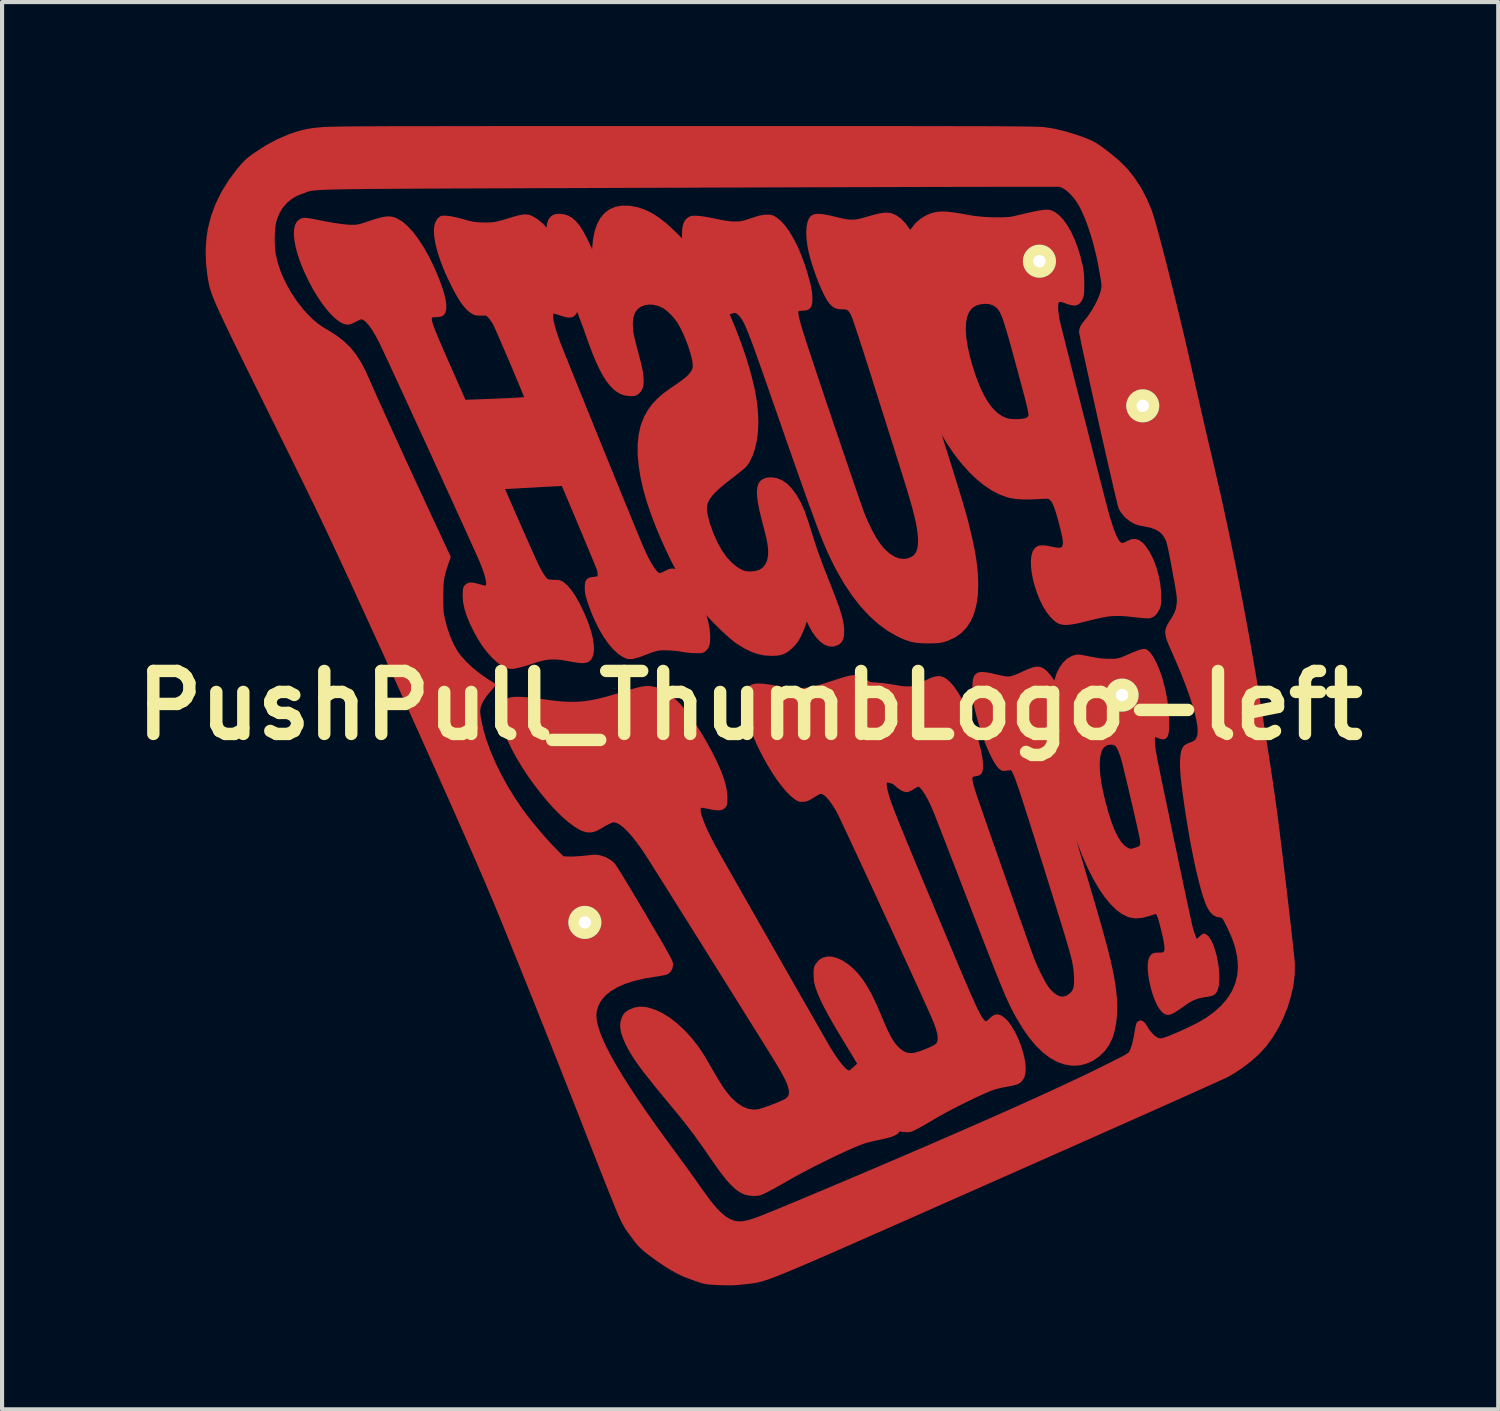
<source format=kicad_pcb>
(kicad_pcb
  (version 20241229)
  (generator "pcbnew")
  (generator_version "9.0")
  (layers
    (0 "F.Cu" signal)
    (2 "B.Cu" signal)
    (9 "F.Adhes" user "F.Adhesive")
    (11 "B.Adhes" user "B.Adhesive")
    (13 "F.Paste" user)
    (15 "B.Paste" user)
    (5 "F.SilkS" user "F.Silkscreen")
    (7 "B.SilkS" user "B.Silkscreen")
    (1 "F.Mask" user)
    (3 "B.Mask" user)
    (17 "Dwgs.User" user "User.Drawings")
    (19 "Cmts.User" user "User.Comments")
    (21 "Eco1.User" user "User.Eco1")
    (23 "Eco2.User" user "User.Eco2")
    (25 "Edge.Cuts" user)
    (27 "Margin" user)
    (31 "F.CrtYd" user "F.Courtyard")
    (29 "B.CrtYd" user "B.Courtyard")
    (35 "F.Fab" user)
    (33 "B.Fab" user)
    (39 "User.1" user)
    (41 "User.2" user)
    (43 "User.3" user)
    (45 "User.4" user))
  (footprint "PushPull_ThumbLogo-left"
    (layer "F.Cu")
    (at 15.102 14.02)
    (property "Reference" "PushPull_ThumbLogo-left" (at 0 0 0) (layer "F.SilkS") (effects (font (size 1.524 1.524) (thickness 0.3))))
    (attr through_hole)
    (fp_poly (pts (xy 13.131 6.257) (xy 13.128 6.501) (xy 13.098 6.755) (xy 13.042 7.015) (xy 12.962 7.276) (xy 12.862 7.531) (xy 12.742 7.776) (xy 12.605 8.004) (xy 12.454 8.212) (xy 12.289 8.393) (xy 12.283 8.4) (xy 12.094 8.568) (xy 11.887 8.727) (xy 11.853 8.75) (xy 11.853 6.328) (xy 11.838 6.106) (xy 11.791 5.874) (xy 11.749 5.732) (xy 11.719 5.652) (xy 11.682 5.56) (xy 11.639 5.462) (xy 11.595 5.366) (xy 11.551 5.276) (xy 11.512 5.201) (xy 11.48 5.145) (xy 11.46 5.119) (xy 11.414 5.088) (xy 11.376 5.08) (xy 11.295 5.067) (xy 11.224 5.026) (xy 11.159 4.956) (xy 11.1 4.855) (xy 11.059 4.759) (xy 11.008 4.615) (xy 10.956 4.44) (xy 10.902 4.238) (xy 10.847 4.01) (xy 10.792 3.761) (xy 10.738 3.493) (xy 10.685 3.21) (xy 10.634 2.913) (xy 10.585 2.607) (xy 10.551 2.378) (xy 10.521 2.166) (xy 10.497 1.984) (xy 10.478 1.828) (xy 10.465 1.695) (xy 10.456 1.581) (xy 10.451 1.482) (xy 10.451 1.395) (xy 10.453 1.321) (xy 10.463 1.204) (xy 10.479 1.116) (xy 10.504 1.051) (xy 10.54 1.004) (xy 10.591 0.971) (xy 10.659 0.945) (xy 10.671 0.942) (xy 10.757 0.906) (xy 10.817 0.852) (xy 10.856 0.776) (xy 10.871 0.721) (xy 10.88 0.622) (xy 10.871 0.496) (xy 10.846 0.343) (xy 10.805 0.166) (xy 10.747 -0.035) (xy 10.674 -0.258) (xy 10.586 -0.502) (xy 10.483 -0.765) (xy 10.366 -1.046) (xy 10.251 -1.309) (xy 10.191 -1.445) (xy 10.145 -1.555) (xy 10.114 -1.646) (xy 10.098 -1.721) (xy 10.094 -1.787) (xy 10.105 -1.847) (xy 10.128 -1.908) (xy 10.165 -1.974) (xy 10.209 -2.043) (xy 10.274 -2.149) (xy 10.32 -2.241) (xy 10.35 -2.331) (xy 10.367 -2.429) (xy 10.373 -2.487) (xy 10.376 -2.523) (xy 10.376 -2.562) (xy 10.373 -2.606) (xy 10.368 -2.659) (xy 10.359 -2.726) (xy 10.346 -2.81) (xy 10.328 -2.914) (xy 10.306 -3.042) (xy 10.277 -3.199) (xy 10.263 -3.277) (xy 10.231 -3.451) (xy 10.203 -3.596) (xy 10.18 -3.714) (xy 10.16 -3.809) (xy 10.143 -3.884) (xy 10.127 -3.942) (xy 10.113 -3.988) (xy 10.099 -4.025) (xy 10.091 -4.041) (xy 10.025 -4.149) (xy 9.938 -4.236) (xy 9.829 -4.302) (xy 9.694 -4.35) (xy 9.576 -4.375) (xy 9.473 -4.394) (xy 9.394 -4.413) (xy 9.329 -4.436) (xy 9.268 -4.467) (xy 9.22 -4.496) (xy 9.108 -4.584) (xy 9.016 -4.693) (xy 8.963 -4.786) (xy 8.955 -4.812) (xy 8.94 -4.869) (xy 8.919 -4.955) (xy 8.892 -5.066) (xy 8.86 -5.2) (xy 8.824 -5.355) (xy 8.784 -5.528) (xy 8.741 -5.717) (xy 8.694 -5.919) (xy 8.646 -6.133) (xy 8.596 -6.354) (xy 8.544 -6.582) (xy 8.492 -6.813) (xy 8.44 -7.046) (xy 8.389 -7.276) (xy 8.338 -7.503) (xy 8.289 -7.724) (xy 8.243 -7.936) (xy 8.199 -8.137) (xy 8.158 -8.324) (xy 8.121 -8.495) (xy 8.088 -8.647) (xy 8.06 -8.778) (xy 8.038 -8.886) (xy 8.022 -8.967) (xy 8.012 -9.02) (xy 8.009 -9.041) (xy 8.017 -9.103) (xy 8.042 -9.164) (xy 8.089 -9.233) (xy 8.118 -9.269) (xy 8.215 -9.393) (xy 8.304 -9.526) (xy 8.384 -9.664) (xy 8.452 -9.8) (xy 8.504 -9.928) (xy 8.538 -10.044) (xy 8.551 -10.142) (xy 8.551 -10.15) (xy 8.548 -10.2) (xy 8.538 -10.279) (xy 8.523 -10.378) (xy 8.503 -10.492) (xy 8.481 -10.615) (xy 8.456 -10.742) (xy 8.43 -10.866) (xy 8.415 -10.931) (xy 8.356 -11.167) (xy 8.29 -11.396) (xy 8.218 -11.614) (xy 8.142 -11.815) (xy 8.064 -11.992) (xy 7.991 -12.133) (xy 7.926 -12.235) (xy 7.848 -12.335) (xy 7.765 -12.425) (xy 7.682 -12.499) (xy 7.607 -12.551) (xy 7.596 -12.556) (xy 7.506 -12.6) (xy 5.586 -12.599) (xy 5.431 -12.598) (xy 5.244 -12.598) (xy 5.026 -12.598) (xy 4.778 -12.597) (xy 4.503 -12.597) (xy 4.203 -12.596) (xy 3.877 -12.595) (xy 3.529 -12.594) (xy 3.159 -12.593) (xy 2.769 -12.592) (xy 2.361 -12.591) (xy 1.937 -12.589) (xy 1.497 -12.588) (xy 1.044 -12.587) (xy 0.579 -12.585) (xy 0.103 -12.584) (xy -0.382 -12.582) (xy -0.874 -12.581) (xy -1.371 -12.579) (xy -1.873 -12.577) (xy -2.378 -12.576) (xy -2.883 -12.574) (xy -3.336 -12.572) (xy -3.923 -12.57) (xy -4.477 -12.568) (xy -5 -12.567) (xy -5.491 -12.565) (xy -5.953 -12.563) (xy -6.385 -12.562) (xy -6.79 -12.56) (xy -7.168 -12.559) (xy -7.519 -12.557) (xy -7.846 -12.556) (xy -8.148 -12.554) (xy -8.428 -12.553) (xy -8.685 -12.551) (xy -8.921 -12.549) (xy -9.137 -12.548) (xy -9.334 -12.546) (xy -9.513 -12.544) (xy -9.674 -12.542) (xy -9.82 -12.54) (xy -9.95 -12.537) (xy -10.066 -12.535) (xy -10.168 -12.532) (xy -10.259 -12.529) (xy -10.338 -12.526) (xy -10.406 -12.522) (xy -10.466 -12.518) (xy -10.516 -12.514) (xy -10.56 -12.51) (xy -10.597 -12.505) (xy -10.629 -12.5) (xy -10.656 -12.495) (xy -10.68 -12.489) (xy -10.701 -12.483) (xy -10.721 -12.477) (xy -10.74 -12.47) (xy -10.76 -12.462) (xy -10.781 -12.455) (xy -10.805 -12.446) (xy -10.808 -12.445) (xy -10.943 -12.395) (xy -11.055 -12.339) (xy -11.152 -12.274) (xy -11.244 -12.193) (xy -11.261 -12.176) (xy -11.361 -12.058) (xy -11.438 -11.926) (xy -11.498 -11.774) (xy -11.517 -11.709) (xy -11.535 -11.614) (xy -11.547 -11.494) (xy -11.554 -11.359) (xy -11.554 -11.217) (xy -11.547 -11.078) (xy -11.535 -10.951) (xy -11.526 -10.897) (xy -11.472 -10.672) (xy -11.391 -10.44) (xy -11.284 -10.206) (xy -11.156 -9.975) (xy -11.008 -9.753) (xy -10.845 -9.545) (xy -10.737 -9.426) (xy -10.612 -9.303) (xy -10.492 -9.202) (xy -10.366 -9.114) (xy -10.247 -9.043) (xy -10.043 -8.916) (xy -9.865 -8.779) (xy -9.709 -8.627) (xy -9.572 -8.456) (xy -9.448 -8.261) (xy -9.335 -8.039) (xy -9.312 -7.988) (xy -9.186 -7.702) (xy -9.046 -7.388) (xy -8.892 -7.047) (xy -8.726 -6.681) (xy -8.548 -6.291) (xy -8.36 -5.88) (xy -8.161 -5.449) (xy -7.953 -5) (xy -7.737 -4.534) (xy -7.686 -4.425) (xy -7.297 -3.591) (xy -7.355 -3.425) (xy -7.394 -3.309) (xy -7.424 -3.206) (xy -7.446 -3.11) (xy -7.46 -3.013) (xy -7.47 -2.906) (xy -7.474 -2.782) (xy -7.476 -2.633) (xy -7.476 -2.616) (xy -7.475 -2.488) (xy -7.473 -2.388) (xy -7.469 -2.307) (xy -7.463 -2.24) (xy -7.455 -2.179) (xy -7.443 -2.118) (xy -7.438 -2.095) (xy -7.378 -1.866) (xy -7.304 -1.652) (xy -7.219 -1.459) (xy -7.125 -1.291) (xy -7.048 -1.183) (xy -6.915 -1.034) (xy -6.757 -0.884) (xy -6.581 -0.74) (xy -6.393 -0.608) (xy -6.342 -0.575) (xy -6.286 -0.541) (xy -6.243 -0.514) (xy -6.219 -0.499) (xy -6.217 -0.497) (xy -6.224 -0.484) (xy -6.251 -0.451) (xy -6.291 -0.405) (xy -6.318 -0.375) (xy -6.419 -0.254) (xy -6.498 -0.134) (xy -6.552 -0.019) (xy -6.572 0.049) (xy -6.58 0.102) (xy -6.582 0.154) (xy -6.577 0.217) (xy -6.566 0.301) (xy -6.562 0.321) (xy -6.509 0.574) (xy -6.431 0.843) (xy -6.329 1.123) (xy -6.205 1.412) (xy -6.062 1.704) (xy -5.9 1.997) (xy -5.722 2.284) (xy -5.571 2.506) (xy -5.444 2.679) (xy -5.299 2.863) (xy -5.142 3.052) (xy -4.981 3.238) (xy -4.822 3.413) (xy -4.672 3.568) (xy -4.624 3.615) (xy -4.537 3.7) (xy -4.374 3.706) (xy -4.291 3.706) (xy -4.187 3.701) (xy -4.076 3.693) (xy -3.979 3.683) (xy -3.878 3.671) (xy -3.801 3.665) (xy -3.742 3.663) (xy -3.692 3.667) (xy -3.647 3.675) (xy -3.508 3.719) (xy -3.386 3.793) (xy -3.322 3.85) (xy -3.3 3.878) (xy -3.262 3.935) (xy -3.208 4.019) (xy -3.14 4.127) (xy -3.059 4.261) (xy -2.965 4.416) (xy -2.858 4.594) (xy -2.741 4.791) (xy -2.613 5.008) (xy -2.583 5.057) (xy -2.459 5.269) (xy -2.351 5.453) (xy -2.258 5.612) (xy -2.178 5.748) (xy -2.112 5.863) (xy -2.058 5.959) (xy -2.014 6.037) (xy -1.98 6.1) (xy -1.954 6.151) (xy -1.936 6.19) (xy -1.923 6.219) (xy -1.917 6.242) (xy -1.914 6.259) (xy -1.913 6.265) (xy -1.928 6.35) (xy -1.968 6.419) (xy -2.013 6.456) (xy -2.047 6.469) (xy -2.106 6.483) (xy -2.183 6.497) (xy -2.267 6.51) (xy -2.268 6.51) (xy -2.556 6.556) (xy -2.813 6.616) (xy -3.041 6.689) (xy -3.238 6.776) (xy -3.405 6.876) (xy -3.541 6.989) (xy -3.647 7.114) (xy -3.721 7.253) (xy -3.762 7.396) (xy -3.771 7.501) (xy -3.761 7.624) (xy -3.731 7.763) (xy -3.681 7.921) (xy -3.611 8.096) (xy -3.521 8.291) (xy -3.41 8.505) (xy -3.278 8.739) (xy -3.125 8.994) (xy -2.95 9.27) (xy -2.753 9.567) (xy -2.534 9.887) (xy -2.292 10.23) (xy -2.027 10.596) (xy -1.812 10.888) (xy -1.721 11.011) (xy -1.628 11.138) (xy -1.536 11.264) (xy -1.451 11.383) (xy -1.376 11.488) (xy -1.316 11.573) (xy -1.304 11.591) (xy -1.186 11.759) (xy -1.083 11.902) (xy -0.992 12.022) (xy -0.91 12.123) (xy -0.834 12.21) (xy -0.761 12.284) (xy -0.748 12.297) (xy -0.628 12.4) (xy -0.514 12.472) (xy -0.401 12.515) (xy -0.325 12.529) (xy -0.253 12.534) (xy -0.181 12.53) (xy -0.101 12.517) (xy -0.006 12.493) (xy 0.085 12.466) (xy 0.142 12.446) (xy 0.231 12.413) (xy 0.349 12.366) (xy 0.498 12.306) (xy 0.676 12.234) (xy 0.884 12.148) (xy 1.12 12.05) (xy 1.385 11.939) (xy 1.678 11.816) (xy 1.999 11.681) (xy 2.347 11.534) (xy 2.684 11.391) (xy 3.339 11.112) (xy 3.962 10.845) (xy 4.555 10.589) (xy 5.116 10.345) (xy 5.645 10.113) (xy 6.143 9.893) (xy 6.61 9.684) (xy 7.045 9.487) (xy 7.449 9.301) (xy 7.821 9.128) (xy 8.162 8.966) (xy 8.47 8.816) (xy 8.644 8.729) (xy 8.787 8.658) (xy 8.903 8.599) (xy 8.995 8.552) (xy 9.065 8.515) (xy 9.118 8.485) (xy 9.156 8.461) (xy 9.183 8.441) (xy 9.202 8.423) (xy 9.215 8.405) (xy 9.225 8.388) (xy 9.258 8.31) (xy 9.291 8.203) (xy 9.322 8.072) (xy 9.349 7.922) (xy 9.354 7.888) (xy 9.368 7.812) (xy 9.383 7.748) (xy 9.397 7.704) (xy 9.405 7.691) (xy 9.443 7.672) (xy 9.484 7.686) (xy 9.529 7.733) (xy 9.565 7.791) (xy 9.623 7.883) (xy 9.691 7.966) (xy 9.763 8.034) (xy 9.832 8.081) (xy 9.867 8.095) (xy 9.915 8.106) (xy 9.959 8.105) (xy 10.015 8.091) (xy 10.028 8.087) (xy 10.139 8.047) (xy 10.27 7.994) (xy 10.414 7.932) (xy 10.563 7.863) (xy 10.71 7.793) (xy 10.846 7.723) (xy 10.965 7.658) (xy 11.049 7.607) (xy 11.261 7.455) (xy 11.44 7.293) (xy 11.587 7.12) (xy 11.702 6.937) (xy 11.785 6.744) (xy 11.835 6.541) (xy 11.853 6.328) (xy 11.853 8.75) (xy 11.674 8.868) (xy 11.551 8.939) (xy 11.521 8.954) (xy 11.461 8.982) (xy 11.373 9.022) (xy 11.257 9.075) (xy 11.115 9.139) (xy 10.947 9.215) (xy 10.756 9.301) (xy 10.542 9.396) (xy 10.307 9.502) (xy 10.051 9.616) (xy 9.775 9.739) (xy 9.482 9.87) (xy 9.172 10.008) (xy 8.846 10.153) (xy 8.505 10.304) (xy 8.151 10.462) (xy 7.785 10.624) (xy 7.408 10.791) (xy 7.021 10.963) (xy 6.626 11.138) (xy 6.223 11.317) (xy 6.045 11.395) (xy 5.549 11.615) (xy 5.083 11.821) (xy 4.645 12.015) (xy 4.236 12.196) (xy 3.854 12.366) (xy 3.497 12.523) (xy 3.165 12.67) (xy 2.858 12.805) (xy 2.573 12.931) (xy 2.31 13.046) (xy 2.068 13.153) (xy 1.846 13.25) (xy 1.642 13.338) (xy 1.457 13.418) (xy 1.288 13.491) (xy 1.135 13.556) (xy 0.997 13.614) (xy 0.873 13.666) (xy 0.761 13.711) (xy 0.661 13.751) (xy 0.572 13.786) (xy 0.493 13.816) (xy 0.423 13.841) (xy 0.36 13.862) (xy 0.304 13.88) (xy 0.253 13.895) (xy 0.207 13.907) (xy 0.165 13.916) (xy 0.126 13.924) (xy 0.088 13.93) (xy 0.051 13.936) (xy 0.014 13.94) (xy -0.025 13.945) (xy -0.067 13.949) (xy -0.106 13.954) (xy -0.231 13.967) (xy -0.343 13.977) (xy -0.452 13.982) (xy -0.566 13.982) (xy -0.693 13.979) (xy -0.843 13.972) (xy -0.889 13.97) (xy -0.964 13.965) (xy -1.026 13.959) (xy -1.083 13.95) (xy -1.141 13.936) (xy -1.21 13.915) (xy -1.296 13.886) (xy -1.38 13.856) (xy -1.505 13.811) (xy -1.608 13.769) (xy -1.702 13.725) (xy -1.798 13.675) (xy -1.908 13.611) (xy -1.927 13.6) (xy -2.036 13.533) (xy -2.157 13.452) (xy -2.278 13.368) (xy -2.387 13.288) (xy -2.419 13.264) (xy -2.506 13.195) (xy -2.574 13.138) (xy -2.63 13.086) (xy -2.681 13.032) (xy -2.734 12.969) (xy -2.796 12.889) (xy -2.836 12.836) (xy -2.909 12.738) (xy -2.965 12.657) (xy -3.012 12.582) (xy -3.054 12.505) (xy -3.098 12.416) (xy -3.146 12.311) (xy -3.168 12.258) (xy -3.202 12.176) (xy -3.247 12.067) (xy -3.3 11.934) (xy -3.363 11.779) (xy -3.433 11.604) (xy -3.509 11.411) (xy -3.591 11.204) (xy -3.678 10.984) (xy -3.768 10.754) (xy -3.862 10.515) (xy -3.957 10.272) (xy -3.991 10.185) (xy -4.1 9.906) (xy -4.22 9.6) (xy -4.349 9.273) (xy -4.484 8.931) (xy -4.623 8.578) (xy -4.765 8.22) (xy -4.908 7.862) (xy -5.048 7.51) (xy -5.184 7.168) (xy -5.315 6.841) (xy -5.438 6.536) (xy -5.495 6.392) (xy -5.615 6.096) (xy -5.724 5.827) (xy -5.823 5.58) (xy -5.916 5.352) (xy -6.002 5.141) (xy -6.084 4.942) (xy -6.163 4.751) (xy -6.241 4.566) (xy -6.318 4.384) (xy -6.396 4.199) (xy -6.478 4.01) (xy -6.563 3.812) (xy -6.655 3.602) (xy -6.754 3.376) (xy -6.861 3.132) (xy -6.979 2.865) (xy -7.109 2.572) (xy -7.168 2.438) (xy -7.285 2.174) (xy -7.415 1.883) (xy -7.555 1.569) (xy -7.705 1.236) (xy -7.861 0.889) (xy -8.022 0.531) (xy -8.186 0.166) (xy -8.352 -0.201) (xy -8.518 -0.567) (xy -8.682 -0.927) (xy -8.841 -1.279) (xy -8.995 -1.616) (xy -9.142 -1.936) (xy -9.178 -2.015) (xy -9.323 -2.331) (xy -9.456 -2.622) (xy -9.578 -2.889) (xy -9.692 -3.135) (xy -9.797 -3.364) (xy -9.896 -3.577) (xy -9.99 -3.779) (xy -10.079 -3.97) (xy -10.166 -4.155) (xy -10.252 -4.336) (xy -10.337 -4.515) (xy -10.424 -4.696) (xy -10.513 -4.881) (xy -10.606 -5.072) (xy -10.704 -5.273) (xy -10.808 -5.487) (xy -10.921 -5.715) (xy -11.042 -5.961) (xy -11.174 -6.228) (xy -11.317 -6.518) (xy -11.473 -6.834) (xy -11.574 -7.037) (xy -11.746 -7.385) (xy -11.904 -7.704) (xy -12.048 -7.996) (xy -12.18 -8.262) (xy -12.299 -8.504) (xy -12.406 -8.722) (xy -12.502 -8.919) (xy -12.587 -9.096) (xy -12.663 -9.255) (xy -12.73 -9.396) (xy -12.789 -9.522) (xy -12.839 -9.633) (xy -12.883 -9.732) (xy -12.92 -9.819) (xy -12.951 -9.897) (xy -12.978 -9.967) (xy -12.999 -10.029) (xy -13.017 -10.086) (xy -13.032 -10.14) (xy -13.045 -10.191) (xy -13.055 -10.24) (xy -13.064 -10.291) (xy -13.073 -10.343) (xy -13.081 -10.387) (xy -13.117 -10.704) (xy -13.126 -11.014) (xy -13.106 -11.315) (xy -13.074 -11.523) (xy -12.998 -11.823) (xy -12.89 -12.117) (xy -12.749 -12.404) (xy -12.576 -12.684) (xy -12.371 -12.955) (xy -12.363 -12.965) (xy -12.29 -13.051) (xy -12.229 -13.118) (xy -12.171 -13.175) (xy -12.109 -13.228) (xy -12.032 -13.285) (xy -11.966 -13.333) (xy -11.691 -13.511) (xy -11.413 -13.66) (xy -11.136 -13.777) (xy -10.988 -13.827) (xy -10.882 -13.859) (xy -10.793 -13.882) (xy -10.709 -13.9) (xy -10.621 -13.915) (xy -10.517 -13.928) (xy -10.422 -13.938) (xy -10.398 -13.94) (xy -10.373 -13.942) (xy -10.345 -13.945) (xy -10.314 -13.947) (xy -10.279 -13.948) (xy -10.239 -13.95) (xy -10.193 -13.952) (xy -10.14 -13.953) (xy -10.079 -13.955) (xy -10.01 -13.956) (xy -9.931 -13.958) (xy -9.842 -13.959) (xy -9.741 -13.96) (xy -9.628 -13.961) (xy -9.502 -13.962) (xy -9.361 -13.963) (xy -9.206 -13.963) (xy -9.035 -13.964) (xy -8.847 -13.965) (xy -8.642 -13.966) (xy -8.418 -13.966) (xy -8.174 -13.967) (xy -7.91 -13.967) (xy -7.625 -13.967) (xy -7.318 -13.968) (xy -6.987 -13.968) (xy -6.632 -13.968) (xy -6.253 -13.969) (xy -5.848 -13.969) (xy -5.416 -13.969) (xy -4.956 -13.969) (xy -4.468 -13.969) (xy -3.951 -13.969) (xy -3.403 -13.969) (xy -2.824 -13.969) (xy -2.213 -13.97) (xy -1.617 -13.97) (xy -0.972 -13.97) (xy -0.361 -13.97) (xy 0.219 -13.97) (xy 0.767 -13.97) (xy 1.285 -13.97) (xy 1.774 -13.97) (xy 2.234 -13.969) (xy 2.666 -13.969) (xy 3.072 -13.969) (xy 3.452 -13.969) (xy 3.806 -13.969) (xy 4.137 -13.968) (xy 4.444 -13.968) (xy 4.729 -13.968) (xy 4.993 -13.967) (xy 5.236 -13.967) (xy 5.459 -13.966) (xy 5.663 -13.966) (xy 5.85 -13.965) (xy 6.019 -13.964) (xy 6.173 -13.963) (xy 6.311 -13.962) (xy 6.435 -13.961) (xy 6.545 -13.96) (xy 6.642 -13.959) (xy 6.728 -13.958) (xy 6.803 -13.957) (xy 6.868 -13.955) (xy 6.924 -13.954) (xy 6.972 -13.952) (xy 7.013 -13.951) (xy 7.047 -13.949) (xy 7.075 -13.947) (xy 7.099 -13.945) (xy 7.119 -13.943) (xy 7.12 -13.943) (xy 7.367 -13.903) (xy 7.629 -13.84) (xy 7.903 -13.755) (xy 8.07 -13.695) (xy 8.17 -13.655) (xy 8.251 -13.619) (xy 8.321 -13.582) (xy 8.392 -13.538) (xy 8.474 -13.482) (xy 8.518 -13.45) (xy 8.612 -13.379) (xy 8.715 -13.298) (xy 8.815 -13.216) (xy 8.899 -13.143) (xy 8.906 -13.138) (xy 9.089 -12.954) (xy 9.259 -12.741) (xy 9.414 -12.504) (xy 9.551 -12.246) (xy 9.667 -11.971) (xy 9.683 -11.927) (xy 9.707 -11.853) (xy 9.739 -11.748) (xy 9.777 -11.615) (xy 9.82 -11.458) (xy 9.868 -11.279) (xy 9.921 -11.08) (xy 9.977 -10.864) (xy 10.036 -10.635) (xy 10.096 -10.394) (xy 10.159 -10.145) (xy 10.222 -9.89) (xy 10.285 -9.632) (xy 10.348 -9.374) (xy 10.409 -9.118) (xy 10.469 -8.867) (xy 10.525 -8.623) (xy 10.579 -8.391) (xy 10.628 -8.171) (xy 10.634 -8.145) (xy 10.685 -7.916) (xy 10.743 -7.661) (xy 10.804 -7.39) (xy 10.868 -7.109) (xy 10.933 -6.828) (xy 10.996 -6.553) (xy 11.057 -6.293) (xy 11.113 -6.056) (xy 11.127 -5.994) (xy 11.327 -5.131) (xy 11.517 -4.26) (xy 11.699 -3.379) (xy 11.874 -2.484) (xy 12.043 -1.568) (xy 12.206 -0.63) (xy 12.364 0.337) (xy 12.412 0.643) (xy 12.456 0.927) (xy 12.496 1.184) (xy 12.532 1.416) (xy 12.564 1.629) (xy 12.594 1.826) (xy 12.621 2.011) (xy 12.647 2.189) (xy 12.671 2.363) (xy 12.695 2.538) (xy 12.719 2.716) (xy 12.743 2.903) (xy 12.768 3.102) (xy 12.794 3.318) (xy 12.823 3.554) (xy 12.855 3.814) (xy 12.889 4.102) (xy 12.902 4.208) (xy 12.932 4.458) (xy 12.96 4.702) (xy 12.988 4.938) (xy 13.014 5.162) (xy 13.038 5.373) (xy 13.06 5.568) (xy 13.079 5.745) (xy 13.096 5.9) (xy 13.11 6.031) (xy 13.121 6.136) (xy 13.128 6.213) (xy 13.131 6.257)) (stroke (width 0.1) (type solid)) (fill yes) (layer "F.Cu"))
    (fp_poly (pts (xy 11.304 6.632) (xy 11.295 6.752) (xy 11.274 6.85) (xy 11.259 6.886) (xy 11.237 6.925) (xy 11.209 6.954) (xy 11.17 6.975) (xy 11.113 6.991) (xy 11.032 7.005) (xy 10.99 7.011) (xy 10.836 7.042) (xy 10.698 7.094) (xy 10.563 7.172) (xy 10.536 7.191) (xy 10.417 7.274) (xy 10.322 7.339) (xy 10.246 7.387) (xy 10.187 7.418) (xy 10.139 7.435) (xy 10.1 7.438) (xy 10.066 7.429) (xy 10.033 7.409) (xy 9.999 7.381) (xy 9.941 7.314) (xy 9.886 7.219) (xy 9.833 7.103) (xy 9.786 6.97) (xy 9.744 6.828) (xy 9.711 6.682) (xy 9.686 6.539) (xy 9.672 6.403) (xy 9.67 6.282) (xy 9.682 6.18) (xy 9.697 6.129) (xy 9.723 6.08) (xy 9.758 6.05) (xy 9.81 6.034) (xy 9.887 6.03) (xy 9.908 6.03) (xy 9.968 6.028) (xy 10.015 6.016) (xy 10.048 5.992) (xy 10.068 5.952) (xy 10.076 5.893) (xy 10.072 5.814) (xy 10.057 5.71) (xy 10.03 5.579) (xy 10 5.45) (xy 9.964 5.305) (xy 9.933 5.19) (xy 9.904 5.105) (xy 9.878 5.045) (xy 9.854 5.01) (xy 9.829 4.996) (xy 9.824 4.995) (xy 9.795 5.001) (xy 9.744 5.015) (xy 9.678 5.036) (xy 9.642 5.048) (xy 9.491 5.089) (xy 9.491 3.337) (xy 9.483 3.259) (xy 9.474 3.204) (xy 9.463 3.149) (xy 9.445 3.065) (xy 9.421 2.958) (xy 9.393 2.831) (xy 9.36 2.689) (xy 9.325 2.535) (xy 9.288 2.375) (xy 9.25 2.211) (xy 9.212 2.048) (xy 9.175 1.891) (xy 9.14 1.743) (xy 9.107 1.609) (xy 9.079 1.493) (xy 9.056 1.399) (xy 9.039 1.331) (xy 9.031 1.304) (xy 8.991 1.177) (xy 8.949 1.072) (xy 8.908 0.991) (xy 8.869 0.939) (xy 8.86 0.93) (xy 8.805 0.906) (xy 8.734 0.898) (xy 8.657 0.907) (xy 8.613 0.921) (xy 8.542 0.965) (xy 8.486 1.032) (xy 8.446 1.124) (xy 8.421 1.242) (xy 8.41 1.389) (xy 8.409 1.456) (xy 8.414 1.588) (xy 8.427 1.726) (xy 8.448 1.875) (xy 8.48 2.041) (xy 8.522 2.229) (xy 8.552 2.353) (xy 8.623 2.613) (xy 8.697 2.841) (xy 8.773 3.036) (xy 8.852 3.198) (xy 8.934 3.327) (xy 9.018 3.422) (xy 9.105 3.484) (xy 9.118 3.49) (xy 9.161 3.509) (xy 9.193 3.518) (xy 9.226 3.518) (xy 9.27 3.508) (xy 9.335 3.488) (xy 9.337 3.488) (xy 9.409 3.462) (xy 9.456 3.432) (xy 9.483 3.393) (xy 9.491 3.337) (xy 9.491 5.089) (xy 9.482 5.091) (xy 9.334 5.103) (xy 9.199 5.084) (xy 9.144 5.066) (xy 9.014 4.999) (xy 8.882 4.899) (xy 8.75 4.767) (xy 8.617 4.606) (xy 8.486 4.415) (xy 8.357 4.197) (xy 8.231 3.952) (xy 8.185 3.854) (xy 8.076 3.602) (xy 7.969 3.323) (xy 7.864 3.024) (xy 7.764 2.709) (xy 7.67 2.387) (xy 7.585 2.062) (xy 7.511 1.743) (xy 7.466 1.524) (xy 7.451 1.447) (xy 7.437 1.383) (xy 7.427 1.339) (xy 7.422 1.322) (xy 7.407 1.325) (xy 7.398 1.333) (xy 7.386 1.365) (xy 7.381 1.424) (xy 7.384 1.505) (xy 7.395 1.602) (xy 7.413 1.709) (xy 7.426 1.773) (xy 7.444 1.848) (xy 7.472 1.955) (xy 7.509 2.091) (xy 7.554 2.256) (xy 7.608 2.449) (xy 7.67 2.668) (xy 7.74 2.911) (xy 7.818 3.179) (xy 7.902 3.469) (xy 7.993 3.78) (xy 8.091 4.111) (xy 8.194 4.461) (xy 8.204 4.496) (xy 8.297 4.809) (xy 8.379 5.092) (xy 8.453 5.348) (xy 8.517 5.579) (xy 8.574 5.788) (xy 8.623 5.978) (xy 8.666 6.15) (xy 8.702 6.308) (xy 8.733 6.454) (xy 8.759 6.589) (xy 8.781 6.718) (xy 8.799 6.843) (xy 8.813 6.965) (xy 8.824 7.07) (xy 8.834 7.271) (xy 8.828 7.474) (xy 8.808 7.672) (xy 8.774 7.855) (xy 8.727 8.015) (xy 8.722 8.029) (xy 8.645 8.188) (xy 8.542 8.332) (xy 8.417 8.454) (xy 8.275 8.551) (xy 8.244 8.567) (xy 8.111 8.625) (xy 7.984 8.657) (xy 7.852 8.668) (xy 7.782 8.666) (xy 7.614 8.639) (xy 7.447 8.579) (xy 7.281 8.486) (xy 7.117 8.361) (xy 6.955 8.204) (xy 6.797 8.016) (xy 6.642 7.796) (xy 6.491 7.547) (xy 6.479 7.526) (xy 6.446 7.466) (xy 6.414 7.407) (xy 6.383 7.346) (xy 6.351 7.283) (xy 6.319 7.216) (xy 6.285 7.144) (xy 6.248 7.063) (xy 6.209 6.974) (xy 6.167 6.873) (xy 6.12 6.761) (xy 6.068 6.634) (xy 6.011 6.492) (xy 5.947 6.332) (xy 5.877 6.153) (xy 5.799 5.954) (xy 5.712 5.732) (xy 5.617 5.487) (xy 5.512 5.216) (xy 5.397 4.917) (xy 5.271 4.59) (xy 5.176 4.343) (xy 5.087 4.111) (xy 5 3.886) (xy 4.916 3.67) (xy 4.837 3.465) (xy 4.763 3.274) (xy 4.695 3.099) (xy 4.634 2.941) (xy 4.58 2.805) (xy 4.536 2.69) (xy 4.501 2.601) (xy 4.476 2.539) (xy 4.463 2.509) (xy 4.392 2.352) (xy 4.323 2.216) (xy 4.257 2.102) (xy 4.195 2.013) (xy 4.14 1.951) (xy 4.092 1.918) (xy 4.069 1.913) (xy 4.038 1.923) (xy 3.991 1.947) (xy 3.936 1.981) (xy 3.935 1.981) (xy 3.864 2.023) (xy 3.806 2.046) (xy 3.784 2.049) (xy 3.731 2.037) (xy 3.666 2.005) (xy 3.598 1.959) (xy 3.536 1.904) (xy 3.532 1.899) (xy 3.475 1.856) (xy 3.396 1.827) (xy 3.39 1.826) (xy 3.336 1.815) (xy 3.305 1.814) (xy 3.286 1.824) (xy 3.274 1.837) (xy 3.259 1.867) (xy 3.253 1.905) (xy 3.257 1.958) (xy 3.27 2.031) (xy 3.292 2.119) (xy 3.303 2.162) (xy 3.316 2.209) (xy 3.332 2.26) (xy 3.351 2.317) (xy 3.374 2.383) (xy 3.402 2.457) (xy 3.434 2.543) (xy 3.472 2.64) (xy 3.516 2.752) (xy 3.567 2.88) (xy 3.626 3.025) (xy 3.693 3.189) (xy 3.769 3.373) (xy 3.854 3.579) (xy 3.949 3.808) (xy 4.055 4.063) (xy 4.172 4.344) (xy 4.302 4.653) (xy 4.427 4.953) (xy 4.566 5.285) (xy 4.693 5.588) (xy 4.808 5.863) (xy 4.912 6.11) (xy 5.006 6.332) (xy 5.09 6.531) (xy 5.166 6.707) (xy 5.232 6.862) (xy 5.291 6.997) (xy 5.343 7.115) (xy 5.389 7.216) (xy 5.429 7.303) (xy 5.463 7.376) (xy 5.494 7.437) (xy 5.52 7.487) (xy 5.544 7.529) (xy 5.564 7.563) (xy 5.583 7.591) (xy 5.595 7.606) (xy 5.643 7.664) (xy 5.683 7.693) (xy 5.722 7.693) (xy 5.767 7.666) (xy 5.814 7.623) (xy 5.879 7.565) (xy 5.932 7.533) (xy 5.982 7.525) (xy 6.035 7.539) (xy 6.058 7.55) (xy 6.135 7.605) (xy 6.213 7.688) (xy 6.289 7.795) (xy 6.363 7.921) (xy 6.431 8.06) (xy 6.491 8.208) (xy 6.542 8.359) (xy 6.582 8.509) (xy 6.608 8.653) (xy 6.618 8.785) (xy 6.613 8.888) (xy 6.586 8.986) (xy 6.536 9.063) (xy 6.468 9.114) (xy 6.428 9.128) (xy 6.363 9.145) (xy 6.283 9.163) (xy 6.205 9.177) (xy 6.111 9.195) (xy 6.016 9.216) (xy 5.933 9.237) (xy 5.883 9.252) (xy 5.791 9.287) (xy 5.675 9.336) (xy 5.539 9.397) (xy 5.389 9.467) (xy 5.231 9.543) (xy 5.069 9.624) (xy 4.908 9.706) (xy 4.753 9.787) (xy 4.611 9.865) (xy 4.485 9.936) (xy 4.42 9.975) (xy 4.325 10.031) (xy 4.224 10.09) (xy 4.129 10.144) (xy 4.049 10.188) (xy 4.032 10.197) (xy 3.959 10.235) (xy 3.907 10.259) (xy 3.866 10.272) (xy 3.826 10.276) (xy 3.778 10.276) (xy 3.761 10.275) (xy 3.699 10.27) (xy 3.649 10.263) (xy 3.623 10.256) (xy 3.596 10.257) (xy 3.573 10.287) (xy 3.54 10.325) (xy 3.482 10.36) (xy 3.397 10.394) (xy 3.283 10.426) (xy 3.137 10.459) (xy 3.113 10.463) (xy 3.009 10.485) (xy 2.905 10.51) (xy 2.811 10.534) (xy 2.736 10.557) (xy 2.715 10.564) (xy 2.595 10.611) (xy 2.451 10.672) (xy 2.287 10.746) (xy 2.109 10.828) (xy 1.921 10.918) (xy 1.728 11.013) (xy 1.535 11.109) (xy 1.348 11.206) (xy 1.171 11.3) (xy 1.009 11.388) (xy 0.889 11.457) (xy 0.78 11.52) (xy 0.669 11.582) (xy 0.564 11.641) (xy 0.472 11.691) (xy 0.399 11.729) (xy 0.383 11.737) (xy 0.306 11.774) (xy 0.25 11.798) (xy 0.204 11.811) (xy 0.158 11.817) (xy 0.103 11.819) (xy 0.086 11.819) (xy -0.021 11.811) (xy -0.108 11.792) (xy -0.12 11.787) (xy -0.197 11.752) (xy -0.274 11.704) (xy -0.353 11.641) (xy -0.436 11.561) (xy -0.525 11.463) (xy -0.622 11.342) (xy -0.731 11.198) (xy -0.852 11.027) (xy -0.913 10.939) (xy -1.031 10.766) (xy -1.138 10.613) (xy -1.237 10.475) (xy -1.331 10.345) (xy -1.427 10.219) (xy -1.527 10.09) (xy -1.635 9.954) (xy -1.757 9.804) (xy -1.895 9.637) (xy -1.939 9.584) (xy -2.107 9.381) (xy -2.255 9.2) (xy -2.384 9.039) (xy -2.497 8.897) (xy -2.594 8.77) (xy -2.677 8.656) (xy -2.75 8.552) (xy -2.812 8.457) (xy -2.867 8.367) (xy -2.916 8.28) (xy -2.96 8.194) (xy -2.963 8.187) (xy -3.033 8.031) (xy -3.077 7.893) (xy -3.096 7.772) (xy -3.09 7.665) (xy -3.06 7.568) (xy -3.052 7.551) (xy -3.022 7.497) (xy -2.989 7.46) (xy -2.942 7.428) (xy -2.901 7.405) (xy -2.787 7.359) (xy -2.675 7.339) (xy -2.553 7.345) (xy -2.49 7.356) (xy -2.322 7.407) (xy -2.149 7.487) (xy -1.974 7.596) (xy -1.8 7.731) (xy -1.629 7.889) (xy -1.464 8.067) (xy -1.309 8.264) (xy -1.196 8.429) (xy -1.161 8.485) (xy -1.114 8.563) (xy -1.06 8.655) (xy -1.002 8.754) (xy -0.955 8.836) (xy -0.863 8.993) (xy -0.784 9.125) (xy -0.714 9.235) (xy -0.649 9.329) (xy -0.587 9.411) (xy -0.525 9.485) (xy -0.468 9.547) (xy -0.336 9.665) (xy -0.201 9.753) (xy -0.064 9.807) (xy 0.074 9.829) (xy 0.187 9.823) (xy 0.244 9.809) (xy 0.323 9.785) (xy 0.418 9.753) (xy 0.52 9.716) (xy 0.623 9.676) (xy 0.719 9.636) (xy 0.802 9.599) (xy 0.864 9.568) (xy 0.889 9.554) (xy 0.942 9.506) (xy 0.976 9.449) (xy 0.99 9.38) (xy 0.985 9.297) (xy 0.96 9.198) (xy 0.914 9.081) (xy 0.846 8.944) (xy 0.758 8.785) (xy 0.699 8.687) (xy 0.663 8.627) (xy 0.611 8.542) (xy 0.544 8.434) (xy 0.463 8.304) (xy 0.371 8.155) (xy 0.267 7.989) (xy 0.153 7.806) (xy 0.03 7.61) (xy -0.1 7.401) (xy -0.237 7.182) (xy -0.379 6.955) (xy -0.525 6.721) (xy -0.674 6.483) (xy -0.825 6.242) (xy -0.977 6) (xy -1.128 5.758) (xy -1.277 5.52) (xy -1.424 5.286) (xy -1.567 5.058) (xy -1.704 4.839) (xy -1.836 4.63) (xy -1.959 4.433) (xy -2.074 4.25) (xy -2.18 4.083) (xy -2.274 3.933) (xy -2.356 3.803) (xy -2.425 3.694) (xy -2.48 3.608) (xy -2.519 3.547) (xy -2.541 3.514) (xy -2.674 3.325) (xy -2.8 3.163) (xy -2.918 3.028) (xy -3.027 2.921) (xy -3.127 2.843) (xy -3.216 2.795) (xy -3.294 2.777) (xy -3.299 2.777) (xy -3.353 2.788) (xy -3.431 2.822) (xy -3.535 2.877) (xy -3.632 2.935) (xy -3.741 2.993) (xy -3.839 3.022) (xy -3.934 3.023) (xy -4.033 2.997) (xy -4.111 2.961) (xy -4.246 2.878) (xy -4.391 2.767) (xy -4.543 2.631) (xy -4.7 2.474) (xy -4.859 2.299) (xy -5.017 2.109) (xy -5.172 1.909) (xy -5.322 1.701) (xy -5.463 1.488) (xy -5.592 1.275) (xy -5.709 1.065) (xy -5.809 0.86) (xy -5.891 0.665) (xy -5.921 0.581) (xy -5.96 0.442) (xy -5.985 0.305) (xy -5.996 0.18) (xy -5.99 0.074) (xy -5.988 0.062) (xy -5.959 -0.011) (xy -5.906 -0.079) (xy -5.837 -0.131) (xy -5.836 -0.132) (xy -5.782 -0.148) (xy -5.697 -0.157) (xy -5.586 -0.159) (xy -5.45 -0.152) (xy -5.293 -0.138) (xy -5.118 -0.117) (xy -5.012 -0.101) (xy -4.784 -0.069) (xy -4.579 -0.048) (xy -4.391 -0.037) (xy -4.213 -0.038) (xy -4.038 -0.05) (xy -3.86 -0.075) (xy -3.673 -0.113) (xy -3.469 -0.164) (xy -3.243 -0.229) (xy -3.192 -0.244) (xy -3.031 -0.293) (xy -2.899 -0.333) (xy -2.791 -0.364) (xy -2.703 -0.387) (xy -2.632 -0.403) (xy -2.573 -0.414) (xy -2.522 -0.419) (xy -2.475 -0.421) (xy -2.429 -0.419) (xy -2.425 -0.419) (xy -2.292 -0.395) (xy -2.154 -0.339) (xy -2.011 -0.252) (xy -1.866 -0.136) (xy -1.719 0.009) (xy -1.641 0.099) (xy -1.513 0.261) (xy -1.381 0.449) (xy -1.247 0.655) (xy -1.117 0.872) (xy -0.994 1.094) (xy -0.882 1.312) (xy -0.786 1.52) (xy -0.735 1.644) (xy -0.677 1.806) (xy -0.637 1.948) (xy -0.612 2.078) (xy -0.602 2.204) (xy -0.602 2.238) (xy -0.602 2.315) (xy -0.605 2.367) (xy -0.612 2.401) (xy -0.625 2.425) (xy -0.642 2.445) (xy -0.68 2.473) (xy -0.731 2.487) (xy -0.802 2.488) (xy -0.895 2.477) (xy -1.016 2.453) (xy -1.021 2.452) (xy -1.11 2.433) (xy -1.172 2.426) (xy -1.212 2.432) (xy -1.235 2.453) (xy -1.246 2.489) (xy -1.25 2.519) (xy -1.245 2.585) (xy -1.222 2.675) (xy -1.183 2.789) (xy -1.13 2.921) (xy -1.063 3.071) (xy -0.983 3.234) (xy -0.892 3.407) (xy -0.843 3.497) (xy -0.812 3.552) (xy -0.767 3.632) (xy -0.708 3.737) (xy -0.636 3.863) (xy -0.553 4.009) (xy -0.46 4.173) (xy -0.358 4.353) (xy -0.248 4.546) (xy -0.131 4.752) (xy -0.008 4.967) (xy 0.119 5.19) (xy 0.25 5.42) (xy 0.383 5.653) (xy 0.517 5.888) (xy 0.651 6.123) (xy 0.784 6.356) (xy 0.915 6.585) (xy 1.042 6.809) (xy 1.165 7.024) (xy 1.283 7.23) (xy 1.394 7.423) (xy 1.496 7.603) (xy 1.59 7.767) (xy 1.674 7.913) (xy 1.747 8.04) (xy 1.807 8.144) (xy 1.853 8.225) (xy 1.885 8.28) (xy 1.901 8.306) (xy 2.002 8.467) (xy 2.097 8.605) (xy 2.183 8.717) (xy 2.26 8.802) (xy 2.326 8.859) (xy 2.381 8.887) (xy 2.4 8.89) (xy 2.421 8.879) (xy 2.46 8.85) (xy 2.51 8.808) (xy 2.537 8.784) (xy 2.652 8.679) (xy 2.556 8.518) (xy 2.522 8.461) (xy 2.474 8.38) (xy 2.414 8.282) (xy 2.347 8.171) (xy 2.276 8.053) (xy 2.203 7.933) (xy 2.193 7.916) (xy 2.051 7.677) (xy 1.93 7.463) (xy 1.828 7.272) (xy 1.745 7.103) (xy 1.681 6.955) (xy 1.639 6.841) (xy 1.612 6.749) (xy 1.595 6.671) (xy 1.587 6.591) (xy 1.585 6.519) (xy 1.585 6.439) (xy 1.589 6.383) (xy 1.598 6.342) (xy 1.614 6.305) (xy 1.622 6.29) (xy 1.687 6.208) (xy 1.767 6.153) (xy 1.862 6.127) (xy 1.969 6.128) (xy 2.085 6.158) (xy 2.209 6.215) (xy 2.338 6.3) (xy 2.393 6.343) (xy 2.502 6.443) (xy 2.606 6.559) (xy 2.706 6.693) (xy 2.804 6.847) (xy 2.902 7.025) (xy 3.001 7.23) (xy 3.104 7.465) (xy 3.132 7.533) (xy 3.206 7.71) (xy 3.273 7.86) (xy 3.334 7.984) (xy 3.391 8.088) (xy 3.446 8.174) (xy 3.502 8.247) (xy 3.561 8.31) (xy 3.589 8.336) (xy 3.68 8.405) (xy 3.772 8.447) (xy 3.87 8.463) (xy 3.98 8.454) (xy 4.107 8.419) (xy 4.145 8.406) (xy 4.278 8.354) (xy 4.381 8.31) (xy 4.459 8.271) (xy 4.513 8.236) (xy 4.548 8.202) (xy 4.556 8.19) (xy 4.583 8.12) (xy 4.589 8.032) (xy 4.574 7.923) (xy 4.537 7.791) (xy 4.479 7.635) (xy 4.471 7.615) (xy 4.447 7.558) (xy 4.409 7.473) (xy 4.36 7.364) (xy 4.301 7.232) (xy 4.232 7.079) (xy 4.154 6.907) (xy 4.068 6.719) (xy 3.975 6.516) (xy 3.877 6.3) (xy 3.773 6.074) (xy 3.666 5.84) (xy 3.555 5.599) (xy 3.443 5.354) (xy 3.329 5.107) (xy 3.215 4.86) (xy 3.102 4.615) (xy 2.99 4.374) (xy 2.882 4.139) (xy 2.777 3.913) (xy 2.676 3.696) (xy 2.581 3.492) (xy 2.493 3.303) (xy 2.412 3.129) (xy 2.339 2.975) (xy 2.276 2.841) (xy 2.223 2.729) (xy 2.182 2.643) (xy 2.152 2.583) (xy 2.137 2.553) (xy 2.042 2.396) (xy 1.954 2.271) (xy 1.874 2.179) (xy 1.801 2.119) (xy 1.735 2.091) (xy 1.686 2.093) (xy 1.651 2.107) (xy 1.599 2.135) (xy 1.536 2.173) (xy 1.51 2.19) (xy 1.44 2.233) (xy 1.387 2.26) (xy 1.339 2.275) (xy 1.287 2.282) (xy 1.228 2.284) (xy 1.183 2.275) (xy 1.137 2.251) (xy 1.114 2.235) (xy 1.014 2.156) (xy 0.907 2.047) (xy 0.796 1.914) (xy 0.681 1.76) (xy 0.567 1.588) (xy 0.454 1.403) (xy 0.346 1.208) (xy 0.244 1.007) (xy 0.151 0.804) (xy 0.069 0.602) (xy -0.001 0.407) (xy -0.044 0.262) (xy -0.067 0.158) (xy -0.083 0.046) (xy -0.092 -0.065) (xy -0.094 -0.169) (xy -0.088 -0.258) (xy -0.074 -0.325) (xy -0.065 -0.347) (xy -0.032 -0.397) (xy 0.01 -0.435) (xy 0.063 -0.461) (xy 0.131 -0.477) (xy 0.217 -0.481) (xy 0.323 -0.474) (xy 0.454 -0.458) (xy 0.613 -0.43) (xy 0.711 -0.412) (xy 0.961 -0.375) (xy 1.201 -0.367) (xy 1.425 -0.386) (xy 1.482 -0.396) (xy 1.542 -0.41) (xy 1.628 -0.433) (xy 1.732 -0.463) (xy 1.848 -0.498) (xy 1.967 -0.536) (xy 2.024 -0.555) (xy 2.174 -0.604) (xy 2.297 -0.641) (xy 2.397 -0.667) (xy 2.48 -0.681) (xy 2.55 -0.684) (xy 2.611 -0.676) (xy 2.668 -0.656) (xy 2.725 -0.625) (xy 2.789 -0.583) (xy 2.811 -0.567) (xy 2.847 -0.543) (xy 2.879 -0.527) (xy 2.917 -0.516) (xy 2.968 -0.509) (xy 3.042 -0.504) (xy 3.073 -0.503) (xy 3.168 -0.495) (xy 3.28 -0.482) (xy 3.394 -0.465) (xy 3.48 -0.45) (xy 3.63 -0.424) (xy 3.754 -0.411) (xy 3.855 -0.409) (xy 3.937 -0.42) (xy 3.981 -0.432) (xy 4.025 -0.45) (xy 4.091 -0.48) (xy 4.169 -0.516) (xy 4.246 -0.554) (xy 4.362 -0.609) (xy 4.457 -0.644) (xy 4.535 -0.66) (xy 4.602 -0.657) (xy 4.664 -0.637) (xy 4.71 -0.61) (xy 4.799 -0.536) (xy 4.891 -0.43) (xy 4.984 -0.296) (xy 5.078 -0.136) (xy 5.17 0.048) (xy 5.26 0.251) (xy 5.345 0.473) (xy 5.426 0.71) (xy 5.501 0.959) (xy 5.521 1.033) (xy 5.549 1.154) (xy 5.57 1.273) (xy 5.582 1.384) (xy 5.586 1.48) (xy 5.581 1.555) (xy 5.572 1.59) (xy 5.556 1.621) (xy 5.536 1.64) (xy 5.502 1.653) (xy 5.446 1.665) (xy 5.422 1.668) (xy 5.38 1.679) (xy 5.35 1.698) (xy 5.332 1.728) (xy 5.327 1.773) (xy 5.334 1.837) (xy 5.354 1.923) (xy 5.386 2.034) (xy 5.42 2.143) (xy 5.436 2.193) (xy 5.463 2.272) (xy 5.499 2.377) (xy 5.544 2.505) (xy 5.596 2.655) (xy 5.654 2.823) (xy 5.718 3.007) (xy 5.787 3.204) (xy 5.86 3.412) (xy 5.936 3.629) (xy 6.014 3.852) (xy 6.094 4.077) (xy 6.173 4.304) (xy 6.253 4.529) (xy 6.331 4.749) (xy 6.406 4.963) (xy 6.478 5.168) (xy 6.547 5.36) (xy 6.61 5.538) (xy 6.667 5.7) (xy 6.718 5.842) (xy 6.761 5.962) (xy 6.795 6.057) (xy 6.82 6.125) (xy 6.835 6.163) (xy 6.89 6.294) (xy 6.951 6.427) (xy 7.015 6.556) (xy 7.078 6.676) (xy 7.138 6.779) (xy 7.191 6.859) (xy 7.211 6.884) (xy 7.307 6.985) (xy 7.403 7.054) (xy 7.499 7.091) (xy 7.592 7.095) (xy 7.682 7.066) (xy 7.765 7.008) (xy 7.816 6.954) (xy 7.852 6.896) (xy 7.875 6.827) (xy 7.886 6.742) (xy 7.888 6.634) (xy 7.886 6.563) (xy 7.883 6.514) (xy 7.881 6.466) (xy 7.877 6.42) (xy 7.872 6.374) (xy 7.865 6.325) (xy 7.856 6.272) (xy 7.845 6.213) (xy 7.83 6.146) (xy 7.811 6.07) (xy 7.788 5.983) (xy 7.76 5.884) (xy 7.727 5.769) (xy 7.689 5.639) (xy 7.644 5.49) (xy 7.593 5.322) (xy 7.534 5.132) (xy 7.468 4.919) (xy 7.394 4.682) (xy 7.312 4.417) (xy 7.22 4.124) (xy 7.119 3.801) (xy 7.092 3.717) (xy 6.995 3.407) (xy 6.907 3.128) (xy 6.828 2.877) (xy 6.757 2.655) (xy 6.694 2.458) (xy 6.639 2.286) (xy 6.59 2.136) (xy 6.547 2.007) (xy 6.509 1.898) (xy 6.477 1.806) (xy 6.449 1.731) (xy 6.424 1.67) (xy 6.403 1.622) (xy 6.385 1.586) (xy 6.369 1.559) (xy 6.355 1.541) (xy 6.341 1.529) (xy 6.334 1.525) (xy 6.301 1.519) (xy 6.248 1.522) (xy 6.224 1.526) (xy 6.169 1.533) (xy 6.124 1.534) (xy 6.11 1.532) (xy 6.063 1.502) (xy 6.009 1.442) (xy 5.951 1.355) (xy 5.889 1.243) (xy 5.825 1.111) (xy 5.76 0.959) (xy 5.696 0.793) (xy 5.633 0.613) (xy 5.574 0.424) (xy 5.556 0.359) (xy 5.513 0.203) (xy 5.481 0.073) (xy 5.457 -0.041) (xy 5.442 -0.145) (xy 5.432 -0.247) (xy 5.428 -0.355) (xy 5.428 -0.398) (xy 5.43 -0.515) (xy 5.438 -0.607) (xy 5.457 -0.676) (xy 5.489 -0.723) (xy 5.537 -0.751) (xy 5.604 -0.761) (xy 5.694 -0.754) (xy 5.81 -0.734) (xy 5.954 -0.701) (xy 5.958 -0.7) (xy 6.066 -0.675) (xy 6.153 -0.658) (xy 6.225 -0.651) (xy 6.292 -0.654) (xy 6.359 -0.669) (xy 6.436 -0.696) (xy 6.529 -0.737) (xy 6.624 -0.78) (xy 6.741 -0.832) (xy 6.834 -0.867) (xy 6.909 -0.886) (xy 6.971 -0.888) (xy 7.026 -0.876) (xy 7.079 -0.849) (xy 7.094 -0.839) (xy 7.162 -0.779) (xy 7.237 -0.692) (xy 7.312 -0.583) (xy 7.334 -0.546) (xy 7.379 -0.471) (xy 7.409 -0.594) (xy 7.458 -0.75) (xy 7.524 -0.886) (xy 7.604 -1) (xy 7.696 -1.088) (xy 7.797 -1.148) (xy 7.838 -1.163) (xy 7.874 -1.173) (xy 7.905 -1.179) (xy 7.938 -1.181) (xy 7.979 -1.178) (xy 8.034 -1.169) (xy 8.11 -1.155) (xy 8.212 -1.135) (xy 8.213 -1.135) (xy 8.344 -1.11) (xy 8.452 -1.093) (xy 8.549 -1.083) (xy 8.643 -1.078) (xy 8.687 -1.078) (xy 8.772 -1.078) (xy 8.84 -1.081) (xy 8.9 -1.09) (xy 8.959 -1.105) (xy 9.027 -1.129) (xy 9.11 -1.164) (xy 9.195 -1.202) (xy 9.276 -1.237) (xy 9.357 -1.269) (xy 9.425 -1.294) (xy 9.461 -1.305) (xy 9.514 -1.317) (xy 9.547 -1.318) (xy 9.576 -1.305) (xy 9.614 -1.276) (xy 9.659 -1.228) (xy 9.709 -1.153) (xy 9.763 -1.056) (xy 9.816 -0.945) (xy 9.866 -0.823) (xy 9.91 -0.698) (xy 9.932 -0.628) (xy 9.999 -0.368) (xy 10.046 -0.124) (xy 10.076 0.114) (xy 10.088 0.322) (xy 10.09 0.467) (xy 10.087 0.58) (xy 10.077 0.665) (xy 10.059 0.724) (xy 10.033 0.759) (xy 9.996 0.772) (xy 9.949 0.766) (xy 9.898 0.747) (xy 9.847 0.726) (xy 9.807 0.713) (xy 9.793 0.711) (xy 9.764 0.727) (xy 9.747 0.774) (xy 9.742 0.853) (xy 9.749 0.963) (xy 9.767 1.105) (xy 9.798 1.278) (xy 9.813 1.355) (xy 9.834 1.459) (xy 9.86 1.587) (xy 9.891 1.738) (xy 9.926 1.908) (xy 9.965 2.094) (xy 10.007 2.295) (xy 10.051 2.508) (xy 10.097 2.729) (xy 10.145 2.957) (xy 10.193 3.189) (xy 10.242 3.421) (xy 10.291 3.652) (xy 10.338 3.879) (xy 10.385 4.099) (xy 10.429 4.31) (xy 10.471 4.508) (xy 10.51 4.692) (xy 10.546 4.858) (xy 10.577 5.005) (xy 10.604 5.129) (xy 10.626 5.228) (xy 10.641 5.299) (xy 10.651 5.339) (xy 10.651 5.34) (xy 10.688 5.476) (xy 10.722 5.579) (xy 10.753 5.651) (xy 10.782 5.691) (xy 10.796 5.701) (xy 10.826 5.696) (xy 10.87 5.663) (xy 10.892 5.641) (xy 10.933 5.603) (xy 10.968 5.577) (xy 10.984 5.571) (xy 11.011 5.583) (xy 11.045 5.611) (xy 11.05 5.616) (xy 11.104 5.692) (xy 11.154 5.794) (xy 11.198 5.918) (xy 11.236 6.056) (xy 11.267 6.202) (xy 11.289 6.351) (xy 11.302 6.497) (xy 11.304 6.632)) (stroke (width 0.1) (type solid)) (fill yes) (layer "F.Cu"))
    (fp_poly (pts (xy 9.896 -2.65) (xy 9.896 -2.556) (xy 9.893 -2.487) (xy 9.888 -2.436) (xy 9.878 -2.395) (xy 9.863 -2.355) (xy 9.857 -2.341) (xy 9.803 -2.25) (xy 9.738 -2.189) (xy 9.663 -2.158) (xy 9.628 -2.157) (xy 9.566 -2.159) (xy 9.484 -2.165) (xy 9.388 -2.175) (xy 9.295 -2.185) (xy 9.134 -2.203) (xy 8.995 -2.213) (xy 8.87 -2.216) (xy 8.751 -2.211) (xy 8.63 -2.197) (xy 8.499 -2.174) (xy 8.35 -2.14) (xy 8.222 -2.109) (xy 8.05 -2.066) (xy 7.906 -2.033) (xy 7.787 -2.011) (xy 7.688 -1.999) (xy 7.607 -1.997) (xy 7.538 -2.007) (xy 7.479 -2.027) (xy 7.424 -2.06) (xy 7.371 -2.104) (xy 7.315 -2.161) (xy 7.299 -2.178) (xy 7.214 -2.286) (xy 7.135 -2.413) (xy 7.062 -2.557) (xy 6.998 -2.712) (xy 6.943 -2.873) (xy 6.898 -3.036) (xy 6.866 -3.195) (xy 6.847 -3.346) (xy 6.842 -3.484) (xy 6.853 -3.604) (xy 6.881 -3.702) (xy 6.888 -3.718) (xy 6.922 -3.77) (xy 6.965 -3.804) (xy 7.021 -3.822) (xy 7.096 -3.825) (xy 7.193 -3.812) (xy 7.294 -3.791) (xy 7.399 -3.771) (xy 7.477 -3.764) (xy 7.534 -3.773) (xy 7.573 -3.797) (xy 7.595 -3.827) (xy 7.61 -3.867) (xy 7.617 -3.916) (xy 7.616 -3.978) (xy 7.605 -4.058) (xy 7.585 -4.159) (xy 7.554 -4.286) (xy 7.543 -4.329) (xy 7.498 -4.503) (xy 7.457 -4.646) (xy 7.42 -4.763) (xy 7.385 -4.854) (xy 7.352 -4.925) (xy 7.319 -4.977) (xy 7.285 -5.013) (xy 7.252 -5.035) (xy 7.226 -5.044) (xy 7.19 -5.05) (xy 7.138 -5.051) (xy 7.064 -5.048) (xy 6.977 -5.043) (xy 6.784 -5.034) (xy 6.784 -7.042) (xy 6.781 -7.079) (xy 6.773 -7.127) (xy 6.76 -7.189) (xy 6.742 -7.266) (xy 6.719 -7.362) (xy 6.689 -7.479) (xy 6.652 -7.618) (xy 6.608 -7.782) (xy 6.556 -7.973) (xy 6.496 -8.194) (xy 6.468 -8.298) (xy 6.405 -8.531) (xy 6.349 -8.735) (xy 6.3 -8.91) (xy 6.256 -9.06) (xy 6.218 -9.187) (xy 6.184 -9.293) (xy 6.154 -9.381) (xy 6.126 -9.453) (xy 6.099 -9.512) (xy 6.073 -9.559) (xy 6.048 -9.599) (xy 6.021 -9.632) (xy 5.992 -9.662) (xy 5.977 -9.676) (xy 5.896 -9.728) (xy 5.796 -9.759) (xy 5.687 -9.769) (xy 5.574 -9.758) (xy 5.467 -9.728) (xy 5.373 -9.678) (xy 5.322 -9.635) (xy 5.252 -9.539) (xy 5.203 -9.417) (xy 5.175 -9.269) (xy 5.167 -9.096) (xy 5.18 -8.899) (xy 5.214 -8.677) (xy 5.269 -8.432) (xy 5.326 -8.226) (xy 5.415 -7.949) (xy 5.51 -7.704) (xy 5.609 -7.493) (xy 5.715 -7.313) (xy 5.826 -7.164) (xy 5.944 -7.046) (xy 6.069 -6.959) (xy 6.184 -6.907) (xy 6.272 -6.887) (xy 6.383 -6.877) (xy 6.506 -6.879) (xy 6.62 -6.89) (xy 6.685 -6.905) (xy 6.729 -6.928) (xy 6.752 -6.951) (xy 6.764 -6.965) (xy 6.773 -6.978) (xy 6.78 -6.994) (xy 6.784 -7.015) (xy 6.784 -7.042) (xy 6.784 -5.034) (xy 6.773 -5.033) (xy 6.589 -5.035) (xy 6.427 -5.047) (xy 6.292 -5.069) (xy 6.248 -5.08) (xy 6.055 -5.15) (xy 5.864 -5.249) (xy 5.674 -5.378) (xy 5.482 -5.538) (xy 5.342 -5.675) (xy 5.155 -5.882) (xy 4.979 -6.107) (xy 4.811 -6.354) (xy 4.648 -6.627) (xy 4.538 -6.833) (xy 4.501 -6.903) (xy 4.471 -6.959) (xy 4.45 -6.994) (xy 4.442 -7.005) (xy 4.443 -7.002) (xy 4.449 -6.98) (xy 4.465 -6.929) (xy 4.49 -6.851) (xy 4.521 -6.75) (xy 4.559 -6.628) (xy 4.603 -6.489) (xy 4.651 -6.335) (xy 4.703 -6.17) (xy 4.751 -6.02) (xy 4.828 -5.773) (xy 4.896 -5.556) (xy 4.955 -5.366) (xy 5.007 -5.198) (xy 5.052 -5.051) (xy 5.091 -4.921) (xy 5.125 -4.805) (xy 5.155 -4.701) (xy 5.182 -4.605) (xy 5.207 -4.514) (xy 5.23 -4.426) (xy 5.253 -4.337) (xy 5.272 -4.259) (xy 5.335 -3.99) (xy 5.385 -3.748) (xy 5.422 -3.526) (xy 5.448 -3.32) (xy 5.464 -3.124) (xy 5.469 -2.934) (xy 5.469 -2.921) (xy 5.459 -2.669) (xy 5.426 -2.442) (xy 5.372 -2.242) (xy 5.296 -2.066) (xy 5.198 -1.916) (xy 5.078 -1.79) (xy 4.935 -1.689) (xy 4.769 -1.612) (xy 4.672 -1.581) (xy 4.615 -1.568) (xy 4.55 -1.559) (xy 4.469 -1.554) (xy 4.366 -1.551) (xy 4.301 -1.551) (xy 4.154 -1.554) (xy 4.031 -1.565) (xy 3.921 -1.584) (xy 3.814 -1.616) (xy 3.7 -1.661) (xy 3.577 -1.719) (xy 3.351 -1.849) (xy 3.13 -2.01) (xy 2.917 -2.204) (xy 2.71 -2.427) (xy 2.512 -2.68) (xy 2.324 -2.96) (xy 2.146 -3.268) (xy 2.116 -3.326) (xy 2.076 -3.403) (xy 2.038 -3.477) (xy 2.001 -3.552) (xy 1.965 -3.628) (xy 1.928 -3.706) (xy 1.891 -3.789) (xy 1.853 -3.878) (xy 1.812 -3.974) (xy 1.77 -4.08) (xy 1.724 -4.196) (xy 1.675 -4.324) (xy 1.622 -4.466) (xy 1.564 -4.624) (xy 1.5 -4.798) (xy 1.431 -4.991) (xy 1.355 -5.203) (xy 1.272 -5.438) (xy 1.181 -5.695) (xy 1.082 -5.977) (xy 0.974 -6.285) (xy 0.856 -6.622) (xy 0.729 -6.987) (xy 0.635 -7.256) (xy 0.53 -7.556) (xy 0.436 -7.825) (xy 0.352 -8.066) (xy 0.276 -8.281) (xy 0.208 -8.47) (xy 0.148 -8.637) (xy 0.095 -8.782) (xy 0.048 -8.907) (xy 0.006 -9.015) (xy -0.031 -9.106) (xy -0.064 -9.184) (xy -0.094 -9.249) (xy -0.122 -9.303) (xy -0.147 -9.348) (xy -0.171 -9.387) (xy -0.195 -9.419) (xy -0.22 -9.449) (xy -0.245 -9.476) (xy -0.247 -9.478) (xy -0.302 -9.527) (xy -0.354 -9.548) (xy -0.413 -9.544) (xy -0.487 -9.517) (xy -0.56 -9.484) (xy -0.531 -9.42) (xy -0.42 -9.156) (xy -0.313 -8.882) (xy -0.213 -8.607) (xy -0.124 -8.338) (xy -0.048 -8.083) (xy -0.002 -7.908) (xy 0.038 -7.741) (xy 0.07 -7.596) (xy 0.094 -7.464) (xy 0.113 -7.335) (xy 0.129 -7.199) (xy 0.139 -7.082) (xy 0.149 -6.855) (xy 0.14 -6.635) (xy 0.114 -6.426) (xy 0.071 -6.233) (xy 0.012 -6.059) (xy -0.061 -5.909) (xy -0.116 -5.827) (xy -0.142 -5.8) (xy -0.191 -5.757) (xy -0.258 -5.702) (xy -0.338 -5.638) (xy -0.426 -5.569) (xy -0.458 -5.545) (xy -0.622 -5.417) (xy -0.759 -5.303) (xy -0.869 -5.201) (xy -0.955 -5.107) (xy -1.019 -5.02) (xy -1.063 -4.937) (xy -1.088 -4.856) (xy -1.096 -4.774) (xy -1.094 -4.724) (xy -1.071 -4.573) (xy -1.026 -4.401) (xy -0.958 -4.206) (xy -0.931 -4.137) (xy -0.832 -3.914) (xy -0.721 -3.718) (xy -0.6 -3.549) (xy -0.47 -3.41) (xy -0.333 -3.301) (xy -0.238 -3.246) (xy -0.175 -3.217) (xy -0.122 -3.201) (xy -0.064 -3.194) (xy 0.008 -3.192) (xy 0.143 -3.205) (xy 0.256 -3.243) (xy 0.347 -3.307) (xy 0.415 -3.395) (xy 0.448 -3.468) (xy 0.471 -3.553) (xy 0.484 -3.643) (xy 0.486 -3.745) (xy 0.476 -3.861) (xy 0.454 -3.995) (xy 0.419 -4.153) (xy 0.372 -4.337) (xy 0.37 -4.343) (xy 0.312 -4.567) (xy 0.267 -4.76) (xy 0.235 -4.926) (xy 0.217 -5.066) (xy 0.213 -5.182) (xy 0.223 -5.275) (xy 0.247 -5.348) (xy 0.286 -5.402) (xy 0.34 -5.439) (xy 0.408 -5.461) (xy 0.492 -5.469) (xy 0.509 -5.469) (xy 0.632 -5.453) (xy 0.752 -5.403) (xy 0.867 -5.322) (xy 0.977 -5.209) (xy 1.081 -5.066) (xy 1.178 -4.894) (xy 1.268 -4.693) (xy 1.35 -4.464) (xy 1.352 -4.457) (xy 1.387 -4.345) (xy 1.429 -4.214) (xy 1.472 -4.077) (xy 1.513 -3.948) (xy 1.531 -3.891) (xy 1.563 -3.796) (xy 1.604 -3.678) (xy 1.653 -3.542) (xy 1.707 -3.397) (xy 1.764 -3.249) (xy 1.82 -3.106) (xy 1.829 -3.082) (xy 1.913 -2.871) (xy 1.984 -2.688) (xy 2.044 -2.529) (xy 2.093 -2.393) (xy 2.133 -2.276) (xy 2.165 -2.175) (xy 2.188 -2.087) (xy 2.205 -2.009) (xy 2.216 -1.938) (xy 2.223 -1.87) (xy 2.225 -1.803) (xy 2.225 -1.803) (xy 2.221 -1.697) (xy 2.204 -1.618) (xy 2.173 -1.56) (xy 2.124 -1.517) (xy 2.099 -1.503) (xy 2.008 -1.474) (xy 1.915 -1.478) (xy 1.821 -1.514) (xy 1.727 -1.581) (xy 1.635 -1.677) (xy 1.546 -1.802) (xy 1.462 -1.955) (xy 1.415 -2.056) (xy 1.36 -2.183) (xy 1.322 -2.044) (xy 1.298 -1.968) (xy 1.264 -1.875) (xy 1.225 -1.781) (xy 1.201 -1.73) (xy 1.156 -1.639) (xy 1.113 -1.569) (xy 1.067 -1.508) (xy 1.008 -1.445) (xy 1.004 -1.441) (xy 0.917 -1.362) (xy 0.835 -1.308) (xy 0.748 -1.273) (xy 0.646 -1.254) (xy 0.522 -1.249) (xy 0.516 -1.249) (xy 0.355 -1.259) (xy 0.198 -1.291) (xy 0.04 -1.347) (xy -0.124 -1.428) (xy -0.299 -1.537) (xy -0.308 -1.543) (xy -0.381 -1.598) (xy -0.471 -1.674) (xy -0.573 -1.765) (xy -0.681 -1.866) (xy -0.79 -1.973) (xy -0.895 -2.08) (xy -0.99 -2.182) (xy -1.071 -2.275) (xy -1.101 -2.311) (xy -1.144 -2.364) (xy -1.176 -2.4) (xy -1.193 -2.417) (xy -1.195 -2.413) (xy -1.116 -2.198) (xy -1.06 -2.004) (xy -1.027 -1.826) (xy -1.016 -1.663) (xy -1.016 -1.658) (xy -1.02 -1.554) (xy -1.033 -1.475) (xy -1.058 -1.415) (xy -1.097 -1.365) (xy -1.108 -1.355) (xy -1.132 -1.335) (xy -1.156 -1.323) (xy -1.189 -1.317) (xy -1.239 -1.314) (xy -1.314 -1.315) (xy -1.327 -1.315) (xy -1.338 -1.315) (xy -1.338 -8.216) (xy -1.346 -8.312) (xy -1.369 -8.431) (xy -1.406 -8.566) (xy -1.453 -8.711) (xy -1.509 -8.86) (xy -1.57 -9.005) (xy -1.636 -9.142) (xy -1.703 -9.263) (xy -1.734 -9.311) (xy -1.807 -9.408) (xy -1.895 -9.504) (xy -1.986 -9.587) (xy -2.073 -9.651) (xy -2.083 -9.657) (xy -2.206 -9.714) (xy -2.331 -9.744) (xy -2.453 -9.75) (xy -2.568 -9.732) (xy -2.671 -9.69) (xy -2.758 -9.625) (xy -2.824 -9.539) (xy -2.841 -9.504) (xy -2.878 -9.379) (xy -2.891 -9.232) (xy -2.88 -9.067) (xy -2.873 -9.023) (xy -2.866 -8.978) (xy -2.856 -8.928) (xy -2.843 -8.87) (xy -2.826 -8.799) (xy -2.805 -8.712) (xy -2.777 -8.605) (xy -2.742 -8.473) (xy -2.7 -8.314) (xy -2.691 -8.28) (xy -2.66 -8.147) (xy -2.639 -8.016) (xy -2.628 -7.895) (xy -2.628 -7.791) (xy -2.639 -7.712) (xy -2.64 -7.71) (xy -2.675 -7.638) (xy -2.719 -7.588) (xy -2.753 -7.56) (xy -2.785 -7.544) (xy -2.826 -7.537) (xy -2.887 -7.536) (xy -2.9 -7.535) (xy -3.019 -7.547) (xy -3.126 -7.584) (xy -3.229 -7.649) (xy -3.286 -7.699) (xy -3.367 -7.784) (xy -3.446 -7.889) (xy -3.525 -8.015) (xy -3.605 -8.165) (xy -3.687 -8.34) (xy -3.771 -8.543) (xy -3.859 -8.775) (xy -3.944 -9.014) (xy -3.977 -9.109) (xy -4.014 -9.21) (xy -4.053 -9.314) (xy -4.091 -9.414) (xy -4.127 -9.505) (xy -4.158 -9.582) (xy -4.183 -9.639) (xy -4.199 -9.672) (xy -4.202 -9.677) (xy -4.211 -9.673) (xy -4.216 -9.641) (xy -4.216 -9.624) (xy -4.232 -9.543) (xy -4.255 -9.498) (xy -4.29 -9.459) (xy -4.334 -9.439) (xy -4.392 -9.435) (xy -4.469 -9.449) (xy -4.571 -9.481) (xy -4.574 -9.482) (xy -4.644 -9.504) (xy -4.705 -9.522) (xy -4.748 -9.532) (xy -4.759 -9.533) (xy -4.795 -9.519) (xy -4.815 -9.475) (xy -4.818 -9.403) (xy -4.805 -9.302) (xy -4.775 -9.173) (xy -4.729 -9.017) (xy -4.666 -8.833) (xy -4.662 -8.823) (xy -4.646 -8.78) (xy -4.618 -8.708) (xy -4.578 -8.609) (xy -4.529 -8.485) (xy -4.471 -8.339) (xy -4.404 -8.173) (xy -4.33 -7.989) (xy -4.249 -7.789) (xy -4.163 -7.575) (xy -4.072 -7.349) (xy -3.977 -7.114) (xy -3.878 -6.872) (xy -3.778 -6.624) (xy -3.677 -6.374) (xy -3.575 -6.123) (xy -3.473 -5.874) (xy -3.373 -5.628) (xy -3.275 -5.388) (xy -3.181 -5.155) (xy -3.09 -4.933) (xy -3.004 -4.724) (xy -2.924 -4.528) (xy -2.851 -4.349) (xy -2.785 -4.189) (xy -2.728 -4.05) (xy -2.68 -3.934) (xy -2.642 -3.844) (xy -2.615 -3.781) (xy -2.602 -3.751) (xy -2.52 -3.578) (xy -2.442 -3.434) (xy -2.371 -3.318) (xy -2.307 -3.231) (xy -2.25 -3.175) (xy -2.201 -3.151) (xy -2.19 -3.15) (xy -2.154 -3.158) (xy -2.101 -3.179) (xy -2.042 -3.209) (xy -2.038 -3.211) (xy -1.956 -3.25) (xy -1.888 -3.264) (xy -1.823 -3.253) (xy -1.753 -3.217) (xy -1.742 -3.21) (xy -1.678 -3.167) (xy -1.746 -3.29) (xy -1.838 -3.461) (xy -1.935 -3.658) (xy -2.035 -3.873) (xy -2.135 -4.097) (xy -2.23 -4.325) (xy -2.317 -4.547) (xy -2.336 -4.598) (xy -2.447 -4.92) (xy -2.537 -5.23) (xy -2.604 -5.527) (xy -2.649 -5.809) (xy -2.672 -6.073) (xy -2.672 -6.319) (xy -2.649 -6.544) (xy -2.604 -6.747) (xy -2.588 -6.794) (xy -2.521 -6.962) (xy -2.438 -7.114) (xy -2.336 -7.255) (xy -2.212 -7.388) (xy -2.061 -7.518) (xy -1.881 -7.649) (xy -1.838 -7.678) (xy -1.693 -7.776) (xy -1.577 -7.863) (xy -1.486 -7.94) (xy -1.42 -8.011) (xy -1.374 -8.077) (xy -1.348 -8.142) (xy -1.338 -8.207) (xy -1.338 -8.216) (xy -1.338 -1.315) (xy -1.42 -1.319) (xy -1.519 -1.328) (xy -1.608 -1.34) (xy -1.634 -1.345) (xy -1.741 -1.363) (xy -1.859 -1.376) (xy -1.981 -1.383) (xy -2.095 -1.385) (xy -2.192 -1.38) (xy -2.242 -1.374) (xy -2.296 -1.36) (xy -2.372 -1.336) (xy -2.459 -1.305) (xy -2.548 -1.271) (xy -2.555 -1.268) (xy -2.664 -1.227) (xy -2.76 -1.196) (xy -2.836 -1.177) (xy -2.864 -1.173) (xy -2.92 -1.17) (xy -2.964 -1.176) (xy -3.012 -1.194) (xy -3.063 -1.22) (xy -3.173 -1.294) (xy -3.285 -1.399) (xy -3.397 -1.533) (xy -3.507 -1.691) (xy -3.613 -1.872) (xy -3.713 -2.072) (xy -3.806 -2.289) (xy -3.882 -2.498) (xy -3.913 -2.595) (xy -3.934 -2.671) (xy -3.946 -2.736) (xy -3.951 -2.802) (xy -3.952 -2.84) (xy -3.95 -2.928) (xy -3.936 -2.989) (xy -3.908 -3.028) (xy -3.861 -3.05) (xy -3.79 -3.061) (xy -3.781 -3.061) (xy -3.724 -3.068) (xy -3.68 -3.078) (xy -3.662 -3.086) (xy -3.646 -3.117) (xy -3.641 -3.17) (xy -3.647 -3.236) (xy -3.658 -3.289) (xy -3.667 -3.311) (xy -3.687 -3.361) (xy -3.717 -3.436) (xy -3.756 -3.532) (xy -3.803 -3.645) (xy -3.857 -3.774) (xy -3.915 -3.914) (xy -3.977 -4.062) (xy -4.041 -4.216) (xy -4.107 -4.372) (xy -4.172 -4.528) (xy -4.235 -4.679) (xy -4.296 -4.822) (xy -4.352 -4.956) (xy -4.403 -5.076) (xy -4.446 -5.178) (xy -4.482 -5.261) (xy -4.508 -5.321) (xy -4.523 -5.355) (xy -4.526 -5.361) (xy -4.543 -5.361) (xy -4.591 -5.359) (xy -4.665 -5.355) (xy -4.762 -5.35) (xy -4.879 -5.344) (xy -5.012 -5.337) (xy -5.158 -5.328) (xy -5.232 -5.324) (xy -5.384 -5.316) (xy -5.526 -5.308) (xy -5.655 -5.3) (xy -5.766 -5.294) (xy -5.856 -5.289) (xy -5.921 -5.286) (xy -5.958 -5.284) (xy -5.965 -5.284) (xy -5.99 -5.275) (xy -5.994 -5.266) (xy -5.988 -5.248) (xy -5.969 -5.202) (xy -5.939 -5.132) (xy -5.9 -5.04) (xy -5.852 -4.931) (xy -5.798 -4.807) (xy -5.739 -4.671) (xy -5.676 -4.527) (xy -5.61 -4.378) (xy -5.544 -4.228) (xy -5.478 -4.078) (xy -5.414 -3.934) (xy -5.353 -3.798) (xy -5.297 -3.672) (xy -5.247 -3.561) (xy -5.205 -3.468) (xy -5.203 -3.463) (xy -5.147 -3.346) (xy -5.09 -3.239) (xy -5.035 -3.148) (xy -4.985 -3.075) (xy -4.943 -3.027) (xy -4.922 -3.011) (xy -4.888 -3.001) (xy -4.831 -2.994) (xy -4.763 -2.99) (xy -4.747 -2.99) (xy -4.675 -2.988) (xy -4.626 -2.982) (xy -4.589 -2.97) (xy -4.551 -2.948) (xy -4.536 -2.937) (xy -4.448 -2.861) (xy -4.358 -2.752) (xy -4.264 -2.611) (xy -4.168 -2.44) (xy -4.071 -2.239) (xy -4.047 -2.187) (xy -3.966 -1.987) (xy -3.903 -1.801) (xy -3.859 -1.631) (xy -3.834 -1.478) (xy -3.829 -1.346) (xy -3.844 -1.236) (xy -3.868 -1.171) (xy -3.897 -1.127) (xy -3.937 -1.097) (xy -3.99 -1.08) (xy -4.06 -1.074) (xy -4.152 -1.08) (xy -4.269 -1.098) (xy -4.381 -1.119) (xy -4.561 -1.15) (xy -4.72 -1.163) (xy -4.867 -1.159) (xy -5.012 -1.137) (xy -5.164 -1.097) (xy -5.234 -1.074) (xy -5.36 -1.032) (xy -5.48 -0.995) (xy -5.589 -0.966) (xy -5.681 -0.945) (xy -5.749 -0.934) (xy -5.774 -0.933) (xy -5.832 -0.939) (xy -5.884 -0.952) (xy -5.978 -0.998) (xy -6.083 -1.073) (xy -6.194 -1.174) (xy -6.234 -1.214) (xy -6.352 -1.35) (xy -6.461 -1.498) (xy -6.565 -1.667) (xy -6.629 -1.782) (xy -6.73 -1.987) (xy -6.808 -2.173) (xy -6.862 -2.343) (xy -6.895 -2.499) (xy -6.907 -2.646) (xy -6.906 -2.698) (xy -6.903 -2.77) (xy -6.897 -2.818) (xy -6.888 -2.849) (xy -6.871 -2.872) (xy -6.851 -2.89) (xy -6.819 -2.912) (xy -6.782 -2.924) (xy -6.734 -2.924) (xy -6.67 -2.913) (xy -6.583 -2.891) (xy -6.528 -2.876) (xy -6.455 -2.856) (xy -6.407 -2.849) (xy -6.377 -2.852) (xy -6.37 -2.856) (xy -6.344 -2.891) (xy -6.337 -2.954) (xy -6.348 -3.045) (xy -6.378 -3.163) (xy -6.426 -3.309) (xy -6.489 -3.47) (xy -6.506 -3.51) (xy -6.536 -3.578) (xy -6.578 -3.673) (xy -6.632 -3.793) (xy -6.696 -3.935) (xy -6.77 -4.098) (xy -6.852 -4.28) (xy -6.942 -4.477) (xy -7.039 -4.689) (xy -7.141 -4.913) (xy -7.248 -5.148) (xy -7.359 -5.39) (xy -7.472 -5.639) (xy -7.588 -5.891) (xy -7.704 -6.146) (xy -7.821 -6.401) (xy -7.937 -6.653) (xy -8.051 -6.901) (xy -8.162 -7.143) (xy -8.269 -7.377) (xy -8.372 -7.6) (xy -8.469 -7.811) (xy -8.56 -8.007) (xy -8.643 -8.187) (xy -8.717 -8.348) (xy -8.783 -8.489) (xy -8.838 -8.607) (xy -8.882 -8.7) (xy -8.913 -8.767) (xy -8.928 -8.797) (xy -9.019 -8.97) (xy -9.106 -9.115) (xy -9.188 -9.23) (xy -9.263 -9.315) (xy -9.331 -9.369) (xy -9.379 -9.389) (xy -9.412 -9.392) (xy -9.45 -9.384) (xy -9.5 -9.361) (xy -9.557 -9.332) (xy -9.627 -9.297) (xy -9.689 -9.272) (xy -9.733 -9.263) (xy -9.735 -9.263) (xy -9.816 -9.278) (xy -9.906 -9.324) (xy -10.003 -9.397) (xy -10.105 -9.495) (xy -10.211 -9.616) (xy -10.319 -9.757) (xy -10.427 -9.917) (xy -10.533 -10.093) (xy -10.635 -10.283) (xy -10.732 -10.484) (xy -10.758 -10.542) (xy -10.837 -10.737) (xy -10.9 -10.922) (xy -10.947 -11.093) (xy -10.977 -11.25) (xy -10.991 -11.389) (xy -10.987 -11.508) (xy -10.966 -11.606) (xy -10.928 -11.679) (xy -10.873 -11.725) (xy -10.84 -11.74) (xy -10.804 -11.748) (xy -10.76 -11.749) (xy -10.702 -11.743) (xy -10.623 -11.73) (xy -10.517 -11.71) (xy -10.514 -11.709) (xy -10.276 -11.662) (xy -10.07 -11.626) (xy -9.896 -11.6) (xy -9.754 -11.585) (xy -9.652 -11.58) (xy -9.592 -11.58) (xy -9.541 -11.582) (xy -9.493 -11.588) (xy -9.441 -11.6) (xy -9.376 -11.618) (xy -9.292 -11.645) (xy -9.203 -11.675) (xy -9.061 -11.721) (xy -8.944 -11.754) (xy -8.849 -11.775) (xy -8.769 -11.784) (xy -8.7 -11.781) (xy -8.638 -11.768) (xy -8.575 -11.744) (xy -8.566 -11.74) (xy -8.447 -11.669) (xy -8.326 -11.566) (xy -8.203 -11.434) (xy -8.08 -11.273) (xy -7.957 -11.087) (xy -7.837 -10.877) (xy -7.721 -10.645) (xy -7.609 -10.392) (xy -7.579 -10.318) (xy -7.507 -10.125) (xy -7.453 -9.954) (xy -7.418 -9.806) (xy -7.402 -9.683) (xy -7.405 -9.584) (xy -7.426 -9.516) (xy -7.445 -9.486) (xy -7.472 -9.466) (xy -7.513 -9.454) (xy -7.576 -9.447) (xy -7.628 -9.445) (xy -7.685 -9.441) (xy -7.718 -9.433) (xy -7.735 -9.417) (xy -7.746 -9.394) (xy -7.751 -9.374) (xy -7.754 -9.351) (xy -7.752 -9.323) (xy -7.747 -9.289) (xy -7.735 -9.245) (xy -7.718 -9.191) (xy -7.693 -9.123) (xy -7.661 -9.041) (xy -7.62 -8.941) (xy -7.57 -8.821) (xy -7.509 -8.681) (xy -7.438 -8.517) (xy -7.355 -8.327) (xy -7.259 -8.11) (xy -7.193 -7.961) (xy -6.92 -7.344) (xy -6.639 -7.355) (xy -6.378 -7.365) (xy -6.151 -7.374) (xy -5.955 -7.382) (xy -5.79 -7.39) (xy -5.656 -7.397) (xy -5.551 -7.404) (xy -5.474 -7.41) (xy -5.425 -7.415) (xy -5.403 -7.42) (xy -5.402 -7.422) (xy -5.408 -7.442) (xy -5.427 -7.49) (xy -5.456 -7.562) (xy -5.494 -7.656) (xy -5.54 -7.766) (xy -5.592 -7.891) (xy -5.649 -8.026) (xy -5.709 -8.169) (xy -5.771 -8.315) (xy -5.834 -8.462) (xy -5.895 -8.606) (xy -5.955 -8.743) (xy -6.01 -8.871) (xy -6.06 -8.986) (xy -6.103 -9.084) (xy -6.138 -9.162) (xy -6.163 -9.217) (xy -6.176 -9.243) (xy -6.217 -9.309) (xy -6.264 -9.374) (xy -6.301 -9.417) (xy -6.367 -9.483) (xy -6.508 -9.483) (xy -6.581 -9.484) (xy -6.632 -9.489) (xy -6.672 -9.502) (xy -6.712 -9.524) (xy -6.724 -9.531) (xy -6.801 -9.589) (xy -6.877 -9.67) (xy -6.957 -9.774) (xy -7.04 -9.904) (xy -7.129 -10.064) (xy -7.17 -10.143) (xy -7.284 -10.377) (xy -7.381 -10.602) (xy -7.461 -10.815) (xy -7.525 -11.014) (xy -7.57 -11.196) (xy -7.596 -11.359) (xy -7.603 -11.501) (xy -7.59 -11.619) (xy -7.584 -11.64) (xy -7.559 -11.697) (xy -7.522 -11.751) (xy -7.516 -11.757) (xy -7.49 -11.782) (xy -7.466 -11.796) (xy -7.436 -11.802) (xy -7.389 -11.801) (xy -7.327 -11.798) (xy -7.22 -11.783) (xy -7.089 -11.755) (xy -6.951 -11.717) (xy -6.848 -11.687) (xy -6.766 -11.667) (xy -6.693 -11.653) (xy -6.618 -11.644) (xy -6.531 -11.639) (xy -6.501 -11.638) (xy -6.39 -11.635) (xy -6.293 -11.637) (xy -6.202 -11.646) (xy -6.108 -11.663) (xy -6.003 -11.69) (xy -5.879 -11.726) (xy -5.82 -11.745) (xy -5.69 -11.785) (xy -5.586 -11.812) (xy -5.502 -11.828) (xy -5.434 -11.833) (xy -5.377 -11.827) (xy -5.324 -11.811) (xy -5.31 -11.805) (xy -5.175 -11.728) (xy -5.046 -11.62) (xy -4.97 -11.537) (xy -4.877 -11.428) (xy -4.877 -11.543) (xy -4.867 -11.65) (xy -4.838 -11.733) (xy -4.787 -11.796) (xy -4.77 -11.81) (xy -4.732 -11.831) (xy -4.683 -11.842) (xy -4.613 -11.845) (xy -4.609 -11.845) (xy -4.511 -11.835) (xy -4.42 -11.806) (xy -4.333 -11.755) (xy -4.25 -11.681) (xy -4.168 -11.582) (xy -4.085 -11.455) (xy -4.001 -11.299) (xy -3.912 -11.111) (xy -3.891 -11.065) (xy -3.785 -10.821) (xy -3.774 -11.045) (xy -3.753 -11.269) (xy -3.714 -11.464) (xy -3.656 -11.632) (xy -3.58 -11.771) (xy -3.485 -11.882) (xy -3.373 -11.965) (xy -3.242 -12.019) (xy -3.094 -12.045) (xy -2.927 -12.042) (xy -2.902 -12.039) (xy -2.733 -12.007) (xy -2.567 -11.951) (xy -2.402 -11.871) (xy -2.234 -11.763) (xy -2.06 -11.628) (xy -1.879 -11.462) (xy -1.829 -11.413) (xy -1.6 -11.184) (xy -1.6 -11.379) (xy -1.596 -11.506) (xy -1.581 -11.604) (xy -1.554 -11.679) (xy -1.514 -11.735) (xy -1.47 -11.769) (xy -1.439 -11.787) (xy -1.406 -11.796) (xy -1.361 -11.8) (xy -1.296 -11.798) (xy -1.262 -11.797) (xy -1.19 -11.79) (xy -1.096 -11.776) (xy -0.989 -11.758) (xy -0.879 -11.736) (xy -0.83 -11.725) (xy -0.7 -11.698) (xy -0.593 -11.679) (xy -0.502 -11.667) (xy -0.416 -11.661) (xy -0.381 -11.661) (xy -0.314 -11.66) (xy -0.259 -11.663) (xy -0.209 -11.669) (xy -0.154 -11.682) (xy -0.087 -11.702) (xy 0.001 -11.731) (xy 0.034 -11.742) (xy 0.141 -11.777) (xy 0.224 -11.801) (xy 0.291 -11.816) (xy 0.349 -11.824) (xy 0.398 -11.826) (xy 0.466 -11.826) (xy 0.514 -11.818) (xy 0.557 -11.8) (xy 0.606 -11.771) (xy 0.706 -11.691) (xy 0.806 -11.581) (xy 0.906 -11.442) (xy 1.004 -11.278) (xy 1.099 -11.092) (xy 1.188 -10.886) (xy 1.271 -10.663) (xy 1.344 -10.431) (xy 1.386 -10.28) (xy 1.417 -10.154) (xy 1.438 -10.047) (xy 1.451 -9.954) (xy 1.456 -9.868) (xy 1.456 -9.845) (xy 1.452 -9.749) (xy 1.437 -9.681) (xy 1.407 -9.637) (xy 1.357 -9.612) (xy 1.285 -9.602) (xy 1.244 -9.601) (xy 1.19 -9.597) (xy 1.15 -9.588) (xy 1.138 -9.581) (xy 1.123 -9.557) (xy 1.116 -9.521) (xy 1.118 -9.47) (xy 1.13 -9.4) (xy 1.151 -9.31) (xy 1.182 -9.195) (xy 1.224 -9.054) (xy 1.256 -8.952) (xy 1.285 -8.861) (xy 1.322 -8.745) (xy 1.368 -8.606) (xy 1.421 -8.446) (xy 1.48 -8.269) (xy 1.544 -8.075) (xy 1.614 -7.868) (xy 1.687 -7.65) (xy 1.763 -7.423) (xy 1.842 -7.19) (xy 1.922 -6.953) (xy 2.002 -6.715) (xy 2.083 -6.478) (xy 2.162 -6.245) (xy 2.239 -6.017) (xy 2.314 -5.797) (xy 2.386 -5.588) (xy 2.453 -5.392) (xy 2.515 -5.212) (xy 2.571 -5.049) (xy 2.621 -4.907) (xy 2.663 -4.787) (xy 2.697 -4.692) (xy 2.721 -4.625) (xy 2.735 -4.589) (xy 2.828 -4.377) (xy 2.917 -4.195) (xy 3.004 -4.039) (xy 3.091 -3.907) (xy 3.179 -3.794) (xy 3.232 -3.737) (xy 3.355 -3.628) (xy 3.479 -3.551) (xy 3.604 -3.506) (xy 3.727 -3.495) (xy 3.798 -3.504) (xy 3.901 -3.537) (xy 3.983 -3.589) (xy 4.045 -3.662) (xy 4.087 -3.757) (xy 4.109 -3.876) (xy 4.113 -4.02) (xy 4.099 -4.191) (xy 4.081 -4.312) (xy 4.065 -4.398) (xy 4.046 -4.489) (xy 4.024 -4.585) (xy 3.998 -4.691) (xy 3.966 -4.81) (xy 3.929 -4.943) (xy 3.884 -5.095) (xy 3.832 -5.268) (xy 3.772 -5.464) (xy 3.702 -5.687) (xy 3.635 -5.901) (xy 3.581 -6.07) (xy 3.52 -6.265) (xy 3.451 -6.483) (xy 3.377 -6.716) (xy 3.3 -6.961) (xy 3.22 -7.211) (xy 3.141 -7.462) (xy 3.063 -7.708) (xy 2.989 -7.944) (xy 2.955 -8.052) (xy 2.89 -8.255) (xy 2.828 -8.451) (xy 2.768 -8.638) (xy 2.711 -8.812) (xy 2.659 -8.97) (xy 2.612 -9.111) (xy 2.572 -9.231) (xy 2.539 -9.328) (xy 2.514 -9.398) (xy 2.498 -9.439) (xy 2.496 -9.443) (xy 2.453 -9.526) (xy 2.413 -9.581) (xy 2.367 -9.615) (xy 2.31 -9.631) (xy 2.235 -9.635) (xy 2.232 -9.635) (xy 2.142 -9.64) (xy 2.074 -9.659) (xy 2.016 -9.696) (xy 1.956 -9.757) (xy 1.906 -9.826) (xy 1.851 -9.923) (xy 1.791 -10.043) (xy 1.73 -10.181) (xy 1.669 -10.332) (xy 1.611 -10.49) (xy 1.557 -10.651) (xy 1.509 -10.81) (xy 1.469 -10.961) (xy 1.464 -10.982) (xy 1.432 -11.147) (xy 1.413 -11.303) (xy 1.407 -11.447) (xy 1.415 -11.573) (xy 1.434 -11.679) (xy 1.467 -11.761) (xy 1.499 -11.803) (xy 1.54 -11.829) (xy 1.596 -11.843) (xy 1.671 -11.845) (xy 1.768 -11.836) (xy 1.89 -11.813) (xy 2.039 -11.779) (xy 2.074 -11.77) (xy 2.21 -11.737) (xy 2.323 -11.715) (xy 2.421 -11.705) (xy 2.514 -11.706) (xy 2.609 -11.718) (xy 2.716 -11.743) (xy 2.844 -11.779) (xy 2.859 -11.783) (xy 3.009 -11.826) (xy 3.133 -11.856) (xy 3.235 -11.872) (xy 3.319 -11.875) (xy 3.39 -11.867) (xy 3.402 -11.864) (xy 3.508 -11.82) (xy 3.614 -11.744) (xy 3.718 -11.637) (xy 3.818 -11.502) (xy 3.847 -11.461) (xy 3.869 -11.435) (xy 3.876 -11.43) (xy 3.89 -11.443) (xy 3.915 -11.477) (xy 3.935 -11.508) (xy 4.034 -11.634) (xy 4.157 -11.74) (xy 4.298 -11.824) (xy 4.446 -11.878) (xy 4.543 -11.896) (xy 4.654 -11.903) (xy 4.783 -11.897) (xy 4.935 -11.878) (xy 5.076 -11.855) (xy 5.254 -11.823) (xy 5.408 -11.799) (xy 5.545 -11.782) (xy 5.675 -11.771) (xy 5.806 -11.764) (xy 5.945 -11.761) (xy 5.986 -11.761) (xy 6.102 -11.762) (xy 6.192 -11.765) (xy 6.266 -11.77) (xy 6.331 -11.779) (xy 6.395 -11.792) (xy 6.435 -11.801) (xy 6.62 -11.846) (xy 6.777 -11.881) (xy 6.906 -11.909) (xy 7.012 -11.929) (xy 7.096 -11.941) (xy 7.163 -11.946) (xy 7.215 -11.945) (xy 7.255 -11.938) (xy 7.255 -11.938) (xy 7.353 -11.894) (xy 7.45 -11.819) (xy 7.545 -11.715) (xy 7.638 -11.585) (xy 7.725 -11.43) (xy 7.806 -11.255) (xy 7.88 -11.06) (xy 7.945 -10.849) (xy 7.996 -10.638) (xy 8.013 -10.55) (xy 8.024 -10.467) (xy 8.031 -10.379) (xy 8.034 -10.274) (xy 8.035 -10.194) (xy 8.034 -10.091) (xy 8.032 -10.015) (xy 8.028 -9.959) (xy 8.022 -9.917) (xy 8.011 -9.882) (xy 7.998 -9.852) (xy 7.961 -9.786) (xy 7.917 -9.745) (xy 7.863 -9.726) (xy 7.794 -9.73) (xy 7.705 -9.754) (xy 7.639 -9.779) (xy 7.554 -9.809) (xy 7.492 -9.816) (xy 7.448 -9.803) (xy 7.422 -9.771) (xy 7.406 -9.713) (xy 7.401 -9.628) (xy 7.408 -9.52) (xy 7.425 -9.395) (xy 7.441 -9.313) (xy 7.449 -9.28) (xy 7.464 -9.216) (xy 7.487 -9.124) (xy 7.516 -9.006) (xy 7.552 -8.865) (xy 7.592 -8.702) (xy 7.638 -8.522) (xy 7.688 -8.325) (xy 7.741 -8.114) (xy 7.797 -7.892) (xy 7.856 -7.66) (xy 7.917 -7.422) (xy 7.978 -7.179) (xy 8.041 -6.935) (xy 8.103 -6.69) (xy 8.164 -6.449) (xy 8.225 -6.212) (xy 8.283 -5.983) (xy 8.339 -5.764) (xy 8.392 -5.557) (xy 8.442 -5.364) (xy 8.487 -5.189) (xy 8.527 -5.032) (xy 8.562 -4.898) (xy 8.591 -4.787) (xy 8.613 -4.703) (xy 8.621 -4.674) (xy 8.654 -4.557) (xy 8.692 -4.435) (xy 8.731 -4.315) (xy 8.77 -4.205) (xy 8.806 -4.115) (xy 8.825 -4.071) (xy 8.874 -3.978) (xy 8.921 -3.917) (xy 8.97 -3.886) (xy 9.026 -3.882) (xy 9.092 -3.905) (xy 9.136 -3.929) (xy 9.226 -3.969) (xy 9.309 -3.979) (xy 9.388 -3.956) (xy 9.465 -3.901) (xy 9.529 -3.83) (xy 9.625 -3.688) (xy 9.71 -3.519) (xy 9.781 -3.332) (xy 9.837 -3.132) (xy 9.876 -2.927) (xy 9.895 -2.723) (xy 9.896 -2.65)) (stroke (width 0.1) (type solid)) (fill yes) (layer "F.Cu"))
    (pad "1" thru_hole circle (at 7 -10.75) (size 0.8 0.8) (drill 0.3) (layers "*.Cu" "F.SilkS"))
    (pad "2" thru_hole circle (at 9.5 -7.25) (size 0.8 0.8) (drill 0.3) (layers "*.Cu" "F.SilkS"))
    (pad "3" thru_hole circle (at 9 -0.25) (size 0.8 0.8) (drill 0.3) (layers "*.Cu" "F.SilkS"))
    (pad "4" thru_hole circle (at -4 5.25) (size 0.8 0.8) (drill 0.3) (layers "*.Cu" "F.SilkS")))
  (gr_rect
    (start -3 -3)
    (end 33.204 31.052)
    (stroke (width 0.1) (type default))
    (fill no)
    (layer "Edge.Cuts")))
</source>
